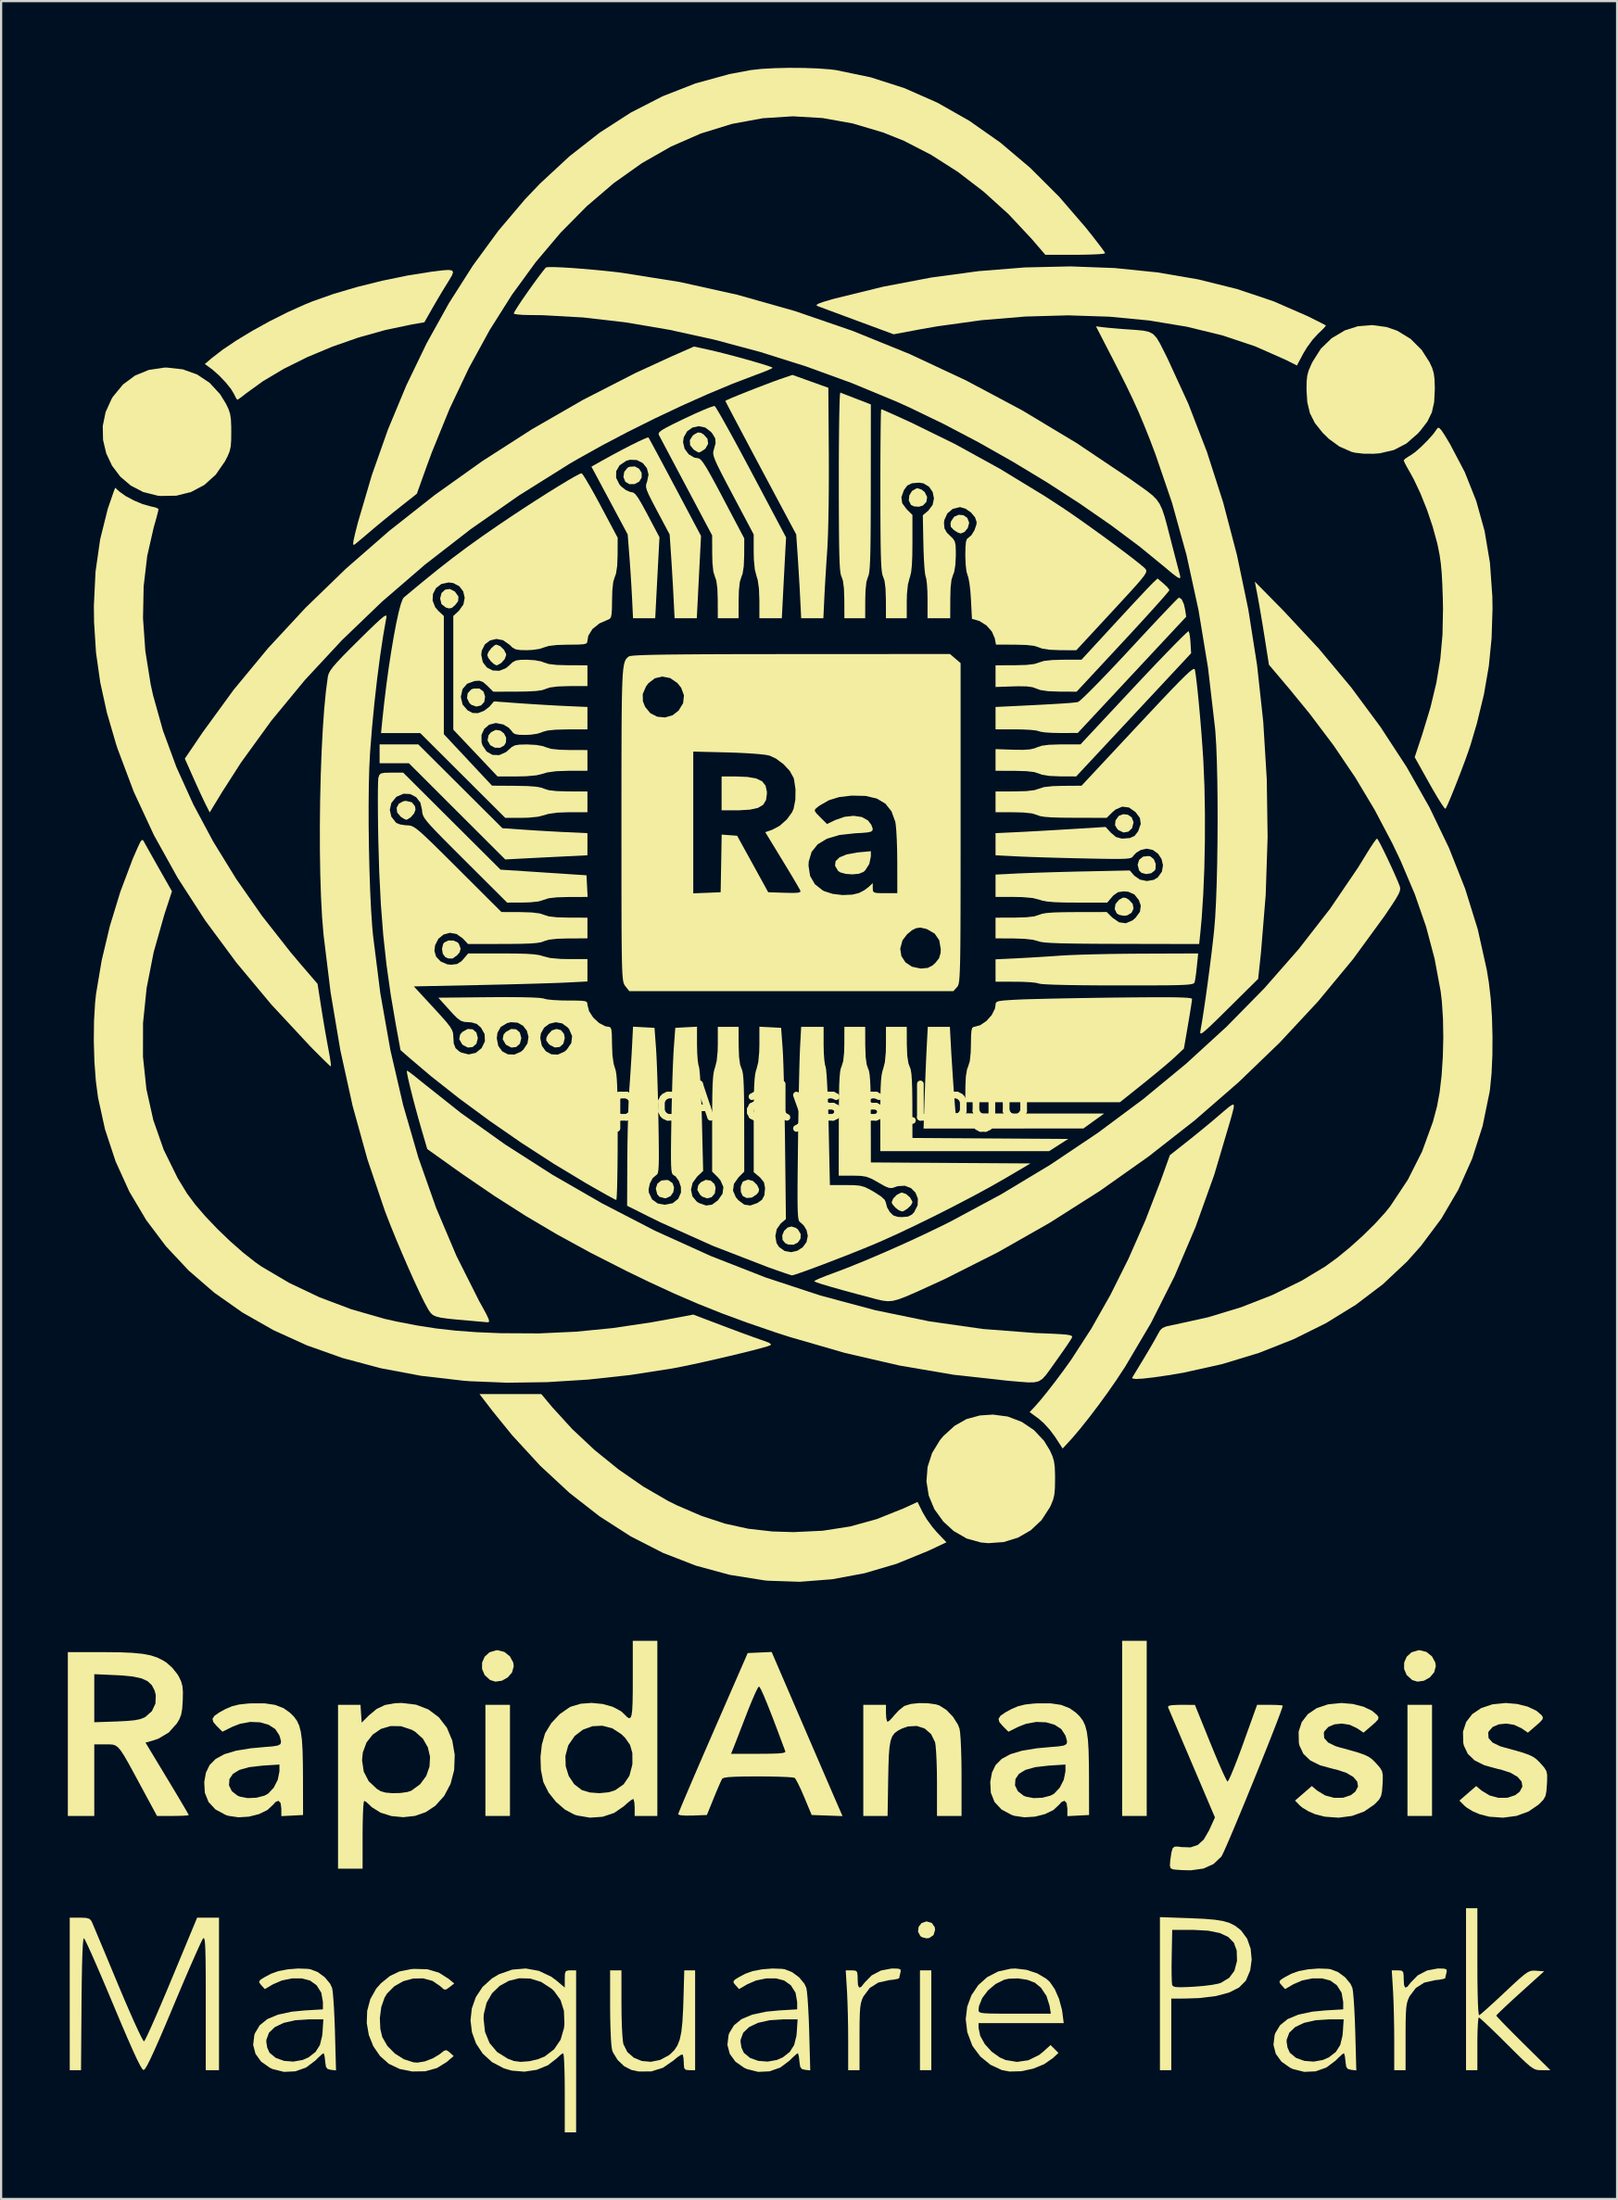
<source format=kicad_pcb>
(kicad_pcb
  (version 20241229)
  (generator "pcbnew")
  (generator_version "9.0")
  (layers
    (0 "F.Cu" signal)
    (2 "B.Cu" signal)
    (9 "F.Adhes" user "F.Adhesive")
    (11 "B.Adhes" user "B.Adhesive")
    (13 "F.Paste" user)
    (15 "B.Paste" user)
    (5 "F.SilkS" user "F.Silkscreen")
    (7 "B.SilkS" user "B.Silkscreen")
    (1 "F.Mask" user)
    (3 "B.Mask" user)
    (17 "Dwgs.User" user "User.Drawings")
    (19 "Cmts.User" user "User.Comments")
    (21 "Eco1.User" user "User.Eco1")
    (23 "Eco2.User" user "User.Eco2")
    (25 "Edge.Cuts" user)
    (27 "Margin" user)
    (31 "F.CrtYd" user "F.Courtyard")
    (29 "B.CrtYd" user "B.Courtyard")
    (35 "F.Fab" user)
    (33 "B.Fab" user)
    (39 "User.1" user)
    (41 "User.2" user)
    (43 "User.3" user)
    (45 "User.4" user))
  (footprint "RapidAnalysis_Logo"
    (layer "F.Cu")
    (at 32.366 46.505)
    (property "Reference" "RapidAnalysis_Logo" (at 0 0 0) (layer "F.SilkS") (effects (font (size 1.5 1.5) (thickness 0.3))))
    (attr board_only exclude_from_pos_files exclude_from_bom)
    (fp_poly (pts (xy -12.488 29.591) (xy -12.488 32.089) (xy -13.04 32.089) (xy -13.592 32.089) (xy -13.592 29.591) (xy -13.592 27.093) (xy -13.04 27.093) (xy -12.488 27.093)) (stroke (width 0) (type solid)) (fill yes) (layer "F.SilkS"))
    (fp_poly (pts (xy 6.456 41.275) (xy 6.456 43.519) (xy 6.201 43.519) (xy 5.946 43.519) (xy 5.946 41.275) (xy 5.946 39.031) (xy 6.201 39.031) (xy 6.456 39.031)) (stroke (width 0) (type solid)) (fill yes) (layer "F.SilkS"))
    (fp_poly (pts (xy 16.14 28.152) (xy 16.14 32.089) (xy 15.588 32.089) (xy 15.036 32.089) (xy 15.036 28.152) (xy 15.036 24.215) (xy 15.588 24.215) (xy 16.14 24.215)) (stroke (width 0) (type solid)) (fill yes) (layer "F.SilkS"))
    (fp_poly (pts (xy 28.968 29.591) (xy 28.968 32.089) (xy 28.416 32.089) (xy 27.864 32.089) (xy 27.864 29.591) (xy 27.864 27.093) (xy 28.416 27.093) (xy 28.968 27.093)) (stroke (width 0) (type solid)) (fill yes) (layer "F.SilkS"))
    (fp_poly (pts (xy -13.678 -18.462) (xy -13.606 -18.241) (xy -13.643 -17.997) (xy -13.788 -17.839) (xy -13.996 -17.788) (xy -14.218 -17.864) (xy -14.311 -17.946) (xy -14.419 -18.166) (xy -14.388 -18.388) (xy -14.234 -18.554) (xy -14.13 -18.596) (xy -13.859 -18.599)) (stroke (width 0) (type solid)) (fill yes) (layer "F.SilkS"))
    (fp_poly (pts (xy -12.923 -16.709) (xy -12.756 -16.581) (xy -12.659 -16.392) (xy -12.669 -16.176) (xy -12.747 -16.039) (xy -12.932 -15.934) (xy -13.167 -15.938) (xy -13.374 -16.05) (xy -13.496 -16.268) (xy -13.453 -16.495) (xy -13.335 -16.639) (xy -13.127 -16.74)) (stroke (width 0) (type solid)) (fill yes) (layer "F.SilkS"))
    (fp_poly (pts (xy -6.681 -28.48) (xy -6.569 -28.299) (xy -6.566 -28.084) (xy -6.675 -27.904) (xy -6.882 -27.791) (xy -7.117 -27.787) (xy -7.301 -27.893) (xy -7.388 -28.111) (xy -7.348 -28.345) (xy -7.199 -28.527) (xy -7.117 -28.568) (xy -6.873 -28.584)) (stroke (width 0) (type solid)) (fill yes) (layer "F.SilkS"))
    (fp_poly (pts (xy -3.465 3.523) (xy -3.298 3.673) (xy -3.243 3.838) (xy -3.277 4.098) (xy -3.418 4.267) (xy -3.621 4.323) (xy -3.843 4.246) (xy -3.937 4.163) (xy -4.064 3.942) (xy -4.024 3.734) (xy -3.905 3.596) (xy -3.686 3.491)) (stroke (width 0) (type solid)) (fill yes) (layer "F.SilkS"))
    (fp_poly (pts (xy -14.97 -22.963) (xy -14.956 -22.949) (xy -14.804 -22.733) (xy -14.818 -22.529) (xy -14.951 -22.352) (xy -15.103 -22.222) (xy -15.234 -22.201) (xy -15.376 -22.244) (xy -15.567 -22.395) (xy -15.628 -22.648) (xy -15.564 -22.896) (xy -15.401 -23.045) (xy -15.188 -23.075)) (stroke (width 0) (type solid)) (fill yes) (layer "F.SilkS"))
    (fp_poly (pts (xy -14.165 -3.279) (xy -13.999 -3.137) (xy -13.932 -2.886) (xy -13.932 -2.879) (xy -13.997 -2.629) (xy -14.162 -2.482) (xy -14.379 -2.457) (xy -14.601 -2.571) (xy -14.641 -2.61) (xy -14.769 -2.834) (xy -14.728 -3.043) (xy -14.626 -3.162) (xy -14.388 -3.293)) (stroke (width 0) (type solid)) (fill yes) (layer "F.SilkS"))
    (fp_poly (pts (xy -12.211 -3.279) (xy -12.045 -3.137) (xy -11.978 -2.886) (xy -11.978 -2.879) (xy -12.043 -2.629) (xy -12.208 -2.482) (xy -12.425 -2.457) (xy -12.647 -2.571) (xy -12.687 -2.61) (xy -12.815 -2.834) (xy -12.774 -3.043) (xy -12.672 -3.162) (xy -12.434 -3.293)) (stroke (width 0) (type solid)) (fill yes) (layer "F.SilkS"))
    (fp_poly (pts (xy -10.196 -3.24) (xy -10.06 -3.075) (xy -10.024 -2.885) (xy -10.088 -2.63) (xy -10.25 -2.483) (xy -10.467 -2.46) (xy -10.695 -2.575) (xy -10.751 -2.63) (xy -10.855 -2.771) (xy -10.85 -2.898) (xy -10.783 -3.033) (xy -10.604 -3.228) (xy -10.393 -3.294)) (stroke (width 0) (type solid)) (fill yes) (layer "F.SilkS"))
    (fp_poly (pts (xy -5.352 3.514) (xy -5.177 3.639) (xy -5.111 3.832) (xy -5.144 4.043) (xy -5.266 4.221) (xy -5.464 4.314) (xy -5.522 4.318) (xy -5.765 4.254) (xy -5.866 4.141) (xy -5.931 3.88) (xy -5.859 3.66) (xy -5.681 3.519) (xy -5.43 3.495)) (stroke (width 0) (type solid)) (fill yes) (layer "F.SilkS"))
    (fp_poly (pts (xy 0.357 5.645) (xy 0.461 5.721) (xy 0.586 5.933) (xy 0.574 6.14) (xy 0.456 6.309) (xy 0.262 6.407) (xy 0.024 6.399) (xy -0.106 6.343) (xy -0.233 6.189) (xy -0.245 5.984) (xy -0.161 5.781) (xy -0.002 5.632) (xy 0.17 5.588)) (stroke (width 0) (type solid)) (fill yes) (layer "F.SilkS"))
    (fp_poly (pts (xy 6.022 -27.542) (xy 6.161 -27.429) (xy 6.269 -27.209) (xy 6.235 -26.991) (xy 6.08 -26.827) (xy 5.902 -26.772) (xy 5.685 -26.787) (xy 5.543 -26.852) (xy 5.444 -27.053) (xy 5.467 -27.282) (xy 5.588 -27.482) (xy 5.782 -27.594) (xy 5.854 -27.601)) (stroke (width 0) (type solid)) (fill yes) (layer "F.SilkS"))
    (fp_poly (pts (xy 6.48 36.901) (xy 6.611 37.092) (xy 6.626 37.211) (xy 6.555 37.446) (xy 6.363 37.577) (xy 6.244 37.592) (xy 6.049 37.546) (xy 5.963 37.49) (xy 5.859 37.288) (xy 5.886 37.073) (xy 6.021 36.902) (xy 6.239 36.83) (xy 6.244 36.83)) (stroke (width 0) (type solid)) (fill yes) (layer "F.SilkS"))
    (fp_poly (pts (xy 16.31 -11.049) (xy 16.462 -10.924) (xy 16.546 -10.712) (xy 16.537 -10.49) (xy 16.505 -10.422) (xy 16.342 -10.294) (xy 16.118 -10.257) (xy 15.907 -10.312) (xy 15.799 -10.417) (xy 15.732 -10.679) (xy 15.802 -10.901) (xy 15.978 -11.043) (xy 16.228 -11.069)) (stroke (width 0) (type solid)) (fill yes) (layer "F.SilkS"))
    (fp_poly (pts (xy -16.9 -13.485) (xy -16.758 -13.306) (xy -16.735 -13.154) (xy -16.798 -12.985) (xy -16.943 -12.815) (xy -17.109 -12.709) (xy -17.16 -12.7) (xy -17.257 -12.743) (xy -17.396 -12.832) (xy -17.559 -13.024) (xy -17.583 -13.238) (xy -17.483 -13.424) (xy -17.276 -13.534) (xy -17.16 -13.547)) (stroke (width 0) (type solid)) (fill yes) (layer "F.SilkS"))
    (fp_poly (pts (xy -15.026 -7.269) (xy -14.835 -7.181) (xy -14.784 -7.118) (xy -14.705 -6.906) (xy -14.752 -6.737) (xy -14.866 -6.604) (xy -15.068 -6.46) (xy -15.267 -6.464) (xy -15.397 -6.526) (xy -15.509 -6.676) (xy -15.543 -6.897) (xy -15.494 -7.11) (xy -15.444 -7.18) (xy -15.256 -7.271)) (stroke (width 0) (type solid)) (fill yes) (layer "F.SilkS"))
    (fp_poly (pts (xy -1.563 3.54) (xy -1.378 3.719) (xy -1.365 3.741) (xy -1.286 3.914) (xy -1.31 4.036) (xy -1.396 4.143) (xy -1.612 4.287) (xy -1.848 4.307) (xy -2.022 4.216) (xy -2.108 4.032) (xy -2.112 3.795) (xy -2.035 3.596) (xy -2.001 3.56) (xy -1.79 3.481)) (stroke (width 0) (type solid)) (fill yes) (layer "F.SilkS"))
    (fp_poly (pts (xy 7.899 -26.392) (xy 8.071 -26.276) (xy 8.154 -26.068) (xy 8.155 -26.031) (xy 8.095 -25.814) (xy 7.949 -25.638) (xy 7.776 -25.569) (xy 7.634 -25.619) (xy 7.465 -25.73) (xy 7.33 -25.872) (xy 7.319 -26.025) (xy 7.351 -26.132) (xy 7.488 -26.327) (xy 7.687 -26.411)) (stroke (width 0) (type solid)) (fill yes) (layer "F.SilkS"))
    (fp_poly (pts (xy 15.206 -9.185) (xy 15.333 -9.109) (xy 15.51 -8.918) (xy 15.547 -8.705) (xy 15.459 -8.516) (xy 15.258 -8.399) (xy 15.121 -8.382) (xy 14.914 -8.419) (xy 14.798 -8.484) (xy 14.701 -8.685) (xy 14.737 -8.912) (xy 14.898 -9.102) (xy 14.909 -9.109) (xy 15.075 -9.199)) (stroke (width 0) (type solid)) (fill yes) (layer "F.SilkS"))
    (fp_poly (pts (xy 15.293 -12.926) (xy 15.465 -12.807) (xy 15.545 -12.598) (xy 15.546 -12.569) (xy 15.48 -12.316) (xy 15.315 -12.163) (xy 15.098 -12.127) (xy 14.875 -12.228) (xy 14.821 -12.279) (xy 14.716 -12.453) (xy 14.736 -12.653) (xy 14.746 -12.681) (xy 14.882 -12.871) (xy 15.082 -12.95)) (stroke (width 0) (type solid)) (fill yes) (layer "F.SilkS"))
    (fp_poly (pts (xy -3.908 -30.097) (xy -3.78 -30.022) (xy -3.607 -29.829) (xy -3.579 -29.602) (xy -3.696 -29.392) (xy -3.757 -29.342) (xy -3.912 -29.244) (xy -3.993 -29.21) (xy -4.09 -29.253) (xy -4.229 -29.342) (xy -4.388 -29.538) (xy -4.401 -29.765) (xy -4.269 -29.973) (xy -4.205 -30.022) (xy -4.039 -30.112)) (stroke (width 0) (type solid)) (fill yes) (layer "F.SilkS"))
    (fp_poly (pts (xy -12.925 -20.505) (xy -12.758 -20.343) (xy -12.663 -20.154) (xy -12.658 -20.108) (xy -12.723 -19.924) (xy -12.878 -19.748) (xy -13.058 -19.648) (xy -13.101 -19.643) (xy -13.204 -19.697) (xy -13.337 -19.812) (xy -13.463 -19.98) (xy -13.507 -20.108) (xy -13.451 -20.251) (xy -13.322 -20.419) (xy -13.177 -20.545) (xy -13.101 -20.574)) (stroke (width 0) (type solid)) (fill yes) (layer "F.SilkS"))
    (fp_poly (pts (xy -12.738 24.715) (xy -12.49 24.914) (xy -12.341 25.191) (xy -12.318 25.354) (xy -12.392 25.633) (xy -12.585 25.86) (xy -12.85 26.009) (xy -13.14 26.051) (xy -13.38 25.979) (xy -13.626 25.754) (xy -13.743 25.478) (xy -13.74 25.19) (xy -13.625 24.929) (xy -13.411 24.733) (xy -13.105 24.641) (xy -13.039 24.638)) (stroke (width 0) (type solid)) (fill yes) (layer "F.SilkS"))
    (fp_poly (pts (xy -2.357 -14.647) (xy -1.813 -14.625) (xy -1.416 -14.555) (xy -1.15 -14.428) (xy -0.996 -14.233) (xy -0.937 -13.961) (xy -0.934 -13.885) (xy -0.973 -13.59) (xy -1.1 -13.376) (xy -1.334 -13.234) (xy -1.694 -13.154) (xy -2.197 -13.124) (xy -2.306 -13.123) (xy -2.973 -13.123) (xy -2.973 -13.885) (xy -2.973 -14.647)) (stroke (width 0) (type solid)) (fill yes) (layer "F.SilkS"))
    (fp_poly (pts (xy 3.738 -11.056) (xy 3.668 -10.713) (xy 3.482 -10.422) (xy 3.405 -10.353) (xy 3.201 -10.272) (xy 2.914 -10.244) (xy 2.613 -10.265) (xy 2.365 -10.332) (xy 2.264 -10.4) (xy 2.127 -10.631) (xy 2.151 -10.837) (xy 2.328 -11.009) (xy 2.65 -11.141) (xy 3.111 -11.226) (xy 3.188 -11.234) (xy 3.738 -11.285)) (stroke (width 0) (type solid)) (fill yes) (layer "F.SilkS"))
    (fp_poly (pts (xy 5.325 4.129) (xy 5.501 4.283) (xy 5.601 4.463) (xy 5.607 4.506) (xy 5.542 4.63) (xy 5.394 4.776) (xy 5.227 4.886) (xy 5.139 4.911) (xy 4.989 4.855) (xy 4.842 4.741) (xy 4.718 4.597) (xy 4.672 4.506) (xy 4.741 4.331) (xy 4.904 4.164) (xy 5.094 4.069) (xy 5.139 4.064)) (stroke (width 0) (type solid)) (fill yes) (layer "F.SilkS"))
    (fp_poly (pts (xy 28.718 24.715) (xy 28.966 24.914) (xy 29.115 25.191) (xy 29.138 25.354) (xy 29.063 25.633) (xy 28.87 25.86) (xy 28.606 26.009) (xy 28.316 26.051) (xy 28.076 25.979) (xy 27.829 25.754) (xy 27.712 25.478) (xy 27.716 25.19) (xy 27.83 24.929) (xy 28.045 24.733) (xy 28.35 24.641) (xy 28.417 24.638)) (stroke (width 0) (type solid)) (fill yes) (layer "F.SilkS"))
    (fp_poly (pts (xy -14.718 -14.203) (xy -12.827 -12.319) (xy -11.871 -12.253) (xy -11.345 -12.218) (xy -10.748 -12.183) (xy -10.178 -12.152) (xy -9.96 -12.142) (xy -9.005 -12.097) (xy -9.005 -11.599) (xy -9.005 -11.102) (xy -9.96 -11.055) (xy -10.475 -11.029) (xy -11.05 -11.001) (xy -11.591 -10.973) (xy -11.808 -10.962) (xy -12.7 -10.915) (xy -14.866 -13.077) (xy -17.031 -15.24) (xy -17.69 -15.24) (xy -18.349 -15.24) (xy -18.349 -15.663) (xy -18.349 -16.087) (xy -17.479 -16.087) (xy -16.609 -16.087)) (stroke (width 0) (type solid)) (fill yes) (layer "F.SilkS"))
    (fp_poly (pts (xy 5.355 -2.603) (xy 5.374 -2.096) (xy 5.427 -1.749) (xy 5.479 -1.609) (xy 5.527 -1.481) (xy 5.561 -1.275) (xy 5.584 -0.966) (xy 5.598 -0.535) (xy 5.604 0.042) (xy 5.604 0.105) (xy 5.607 1.607) (xy 9.109 1.629) (xy 12.611 1.651) (xy 12.181 1.926) (xy 11.751 2.201) (xy 7.957 2.201) (xy 4.163 2.201) (xy 4.163 0.505) (xy 4.166 -0.126) (xy 4.176 -0.61) (xy 4.194 -0.972) (xy 4.223 -1.234) (xy 4.263 -1.418) (xy 4.29 -1.495) (xy 4.368 -1.8) (xy 4.41 -2.25) (xy 4.417 -2.593) (xy 4.417 -3.387) (xy 4.885 -3.387) (xy 5.352 -3.387)) (stroke (width 0) (type solid)) (fill yes) (layer "F.SilkS"))
    (fp_poly (pts (xy 7.34 -2.477) (xy 7.361 -2.102) (xy 7.389 -1.667) (xy 7.419 -1.202) (xy 7.451 -0.738) (xy 7.482 -0.308) (xy 7.51 0.058) (xy 7.533 0.329) (xy 7.547 0.473) (xy 7.55 0.487) (xy 7.635 0.491) (xy 7.87 0.496) (xy 8.24 0.5) (xy 8.724 0.503) (xy 9.306 0.505) (xy 9.966 0.507) (xy 10.687 0.508) (xy 10.894 0.508) (xy 14.227 0.508) (xy 13.761 0.844) (xy 13.295 1.18) (xy 9.701 1.183) (xy 6.108 1.185) (xy 6.153 -0.148) (xy 6.173 -0.707) (xy 6.196 -1.302) (xy 6.22 -1.869) (xy 6.243 -2.344) (xy 6.247 -2.434) (xy 6.297 -3.387) (xy 6.794 -3.387) (xy 7.291 -3.387)) (stroke (width 0) (type solid)) (fill yes) (layer "F.SilkS"))
    (fp_poly (pts (xy 9.891 14.131) (xy 10.514 14.368) (xy 11.069 14.739) (xy 11.525 15.225) (xy 11.783 15.646) (xy 11.898 15.901) (xy 11.969 16.13) (xy 12.006 16.389) (xy 12.019 16.735) (xy 12.02 16.933) (xy 12.014 17.337) (xy 11.989 17.629) (xy 11.935 17.864) (xy 11.84 18.1) (xy 11.785 18.215) (xy 11.414 18.786) (xy 10.929 19.244) (xy 10.353 19.577) (xy 9.71 19.775) (xy 9.021 19.825) (xy 8.684 19.794) (xy 8.045 19.616) (xy 7.46 19.278) (xy 7.001 18.859) (xy 6.595 18.299) (xy 6.34 17.686) (xy 6.238 17.046) (xy 6.288 16.401) (xy 6.489 15.776) (xy 6.842 15.195) (xy 7.001 15.007) (xy 7.501 14.55) (xy 8.037 14.246) (xy 8.639 14.083) (xy 9.226 14.044)) (stroke (width 0) (type solid)) (fill yes) (layer "F.SilkS"))
    (fp_poly (pts (xy 18.061 -21.069) (xy 18.094 -20.848) (xy 18.11 -20.655) (xy 18.137 -20.185) (xy 15.553 -17.416) (xy 12.969 -14.647) (xy 12.24 -14.65) (xy 11.768 -14.67) (xy 11.434 -14.723) (xy 11.298 -14.774) (xy 11.084 -14.843) (xy 10.725 -14.884) (xy 10.215 -14.898) (xy 9.344 -14.901) (xy 9.344 -15.388) (xy 9.344 -15.875) (xy 10.145 -15.848) (xy 10.586 -15.843) (xy 10.897 -15.864) (xy 11.117 -15.917) (xy 11.202 -15.954) (xy 11.418 -16.027) (xy 11.741 -16.07) (xy 12.199 -16.086) (xy 12.311 -16.087) (xy 13.162 -16.087) (xy 15.564 -18.658) (xy 16.08 -19.207) (xy 16.561 -19.714) (xy 16.995 -20.166) (xy 17.368 -20.55) (xy 17.669 -20.853) (xy 17.886 -21.063) (xy 18.005 -21.168) (xy 18.025 -21.177)) (stroke (width 0) (type solid)) (fill yes) (layer "F.SilkS"))
    (fp_poly (pts (xy -27.198 -32.95) (xy -26.554 -32.719) (xy -25.99 -32.342) (xy -25.519 -31.83) (xy -25.261 -31.411) (xy -25.144 -31.169) (xy -25.072 -30.952) (xy -25.034 -30.707) (xy -25.02 -30.379) (xy -25.018 -30.141) (xy -25.022 -29.753) (xy -25.043 -29.478) (xy -25.093 -29.259) (xy -25.183 -29.041) (xy -25.309 -28.801) (xy -25.72 -28.21) (xy -26.229 -27.752) (xy -26.822 -27.436) (xy -27.485 -27.269) (xy -28.205 -27.257) (xy -28.331 -27.271) (xy -28.973 -27.431) (xy -29.536 -27.723) (xy -30.008 -28.126) (xy -30.379 -28.617) (xy -30.641 -29.175) (xy -30.783 -29.777) (xy -30.796 -30.403) (xy -30.668 -31.029) (xy -30.392 -31.634) (xy -30.336 -31.723) (xy -29.888 -32.267) (xy -29.348 -32.668) (xy -28.727 -32.923) (xy -28.032 -33.027) (xy -27.908 -33.029)) (stroke (width 0) (type solid)) (fill yes) (layer "F.SilkS"))
    (fp_poly (pts (xy 16.894 -23.322) (xy 17.061 -23.165) (xy 17.153 -23.044) (xy 17.16 -23.022) (xy 17.104 -22.944) (xy 16.945 -22.757) (xy 16.696 -22.475) (xy 16.37 -22.112) (xy 15.98 -21.683) (xy 15.539 -21.202) (xy 15.075 -20.701) (xy 12.989 -18.457) (xy 12.207 -18.461) (xy 11.707 -18.479) (xy 11.358 -18.531) (xy 11.186 -18.593) (xy 11.004 -18.66) (xy 10.742 -18.695) (xy 10.366 -18.701) (xy 10.146 -18.696) (xy 9.344 -18.669) (xy 9.344 -19.156) (xy 9.344 -19.643) (xy 10.215 -19.646) (xy 10.729 -19.66) (xy 11.087 -19.702) (xy 11.298 -19.77) (xy 11.521 -19.84) (xy 11.896 -19.881) (xy 12.36 -19.894) (xy 13.21 -19.897) (xy 14.711 -21.527) (xy 15.126 -21.976) (xy 15.513 -22.394) (xy 15.855 -22.759) (xy 16.133 -23.055) (xy 16.33 -23.261) (xy 16.42 -23.351) (xy 16.627 -23.546)) (stroke (width 0) (type solid)) (fill yes) (layer "F.SilkS"))
    (fp_poly (pts (xy 26.921 -34.853) (xy 27.406 -34.685) (xy 28.005 -34.319) (xy 28.504 -33.82) (xy 28.854 -33.274) (xy 28.973 -33.018) (xy 29.044 -32.785) (xy 29.08 -32.516) (xy 29.092 -32.151) (xy 29.093 -32.046) (xy 29.064 -31.476) (xy 28.96 -31.012) (xy 28.759 -30.6) (xy 28.44 -30.186) (xy 28.326 -30.06) (xy 27.815 -29.614) (xy 27.255 -29.323) (xy 26.619 -29.175) (xy 26.346 -29.154) (xy 25.896 -29.157) (xy 25.508 -29.201) (xy 25.343 -29.242) (xy 24.802 -29.48) (xy 24.32 -29.832) (xy 24.047 -30.102) (xy 23.701 -30.536) (xy 23.479 -30.976) (xy 23.36 -31.474) (xy 23.326 -32.006) (xy 23.329 -32.384) (xy 23.357 -32.662) (xy 23.424 -32.905) (xy 23.544 -33.182) (xy 23.596 -33.288) (xy 23.97 -33.879) (xy 24.455 -34.348) (xy 25.05 -34.702) (xy 25.639 -34.889) (xy 26.279 -34.939)) (stroke (width 0) (type solid)) (fill yes) (layer "F.SilkS"))
    (fp_poly (pts (xy 17.711 -22.611) (xy 17.811 -22.396) (xy 17.866 -22.154) (xy 17.916 -21.828) (xy 15.478 -19.215) (xy 13.04 -16.601) (xy 12.233 -16.599) (xy 11.867 -16.607) (xy 11.559 -16.628) (xy 11.351 -16.66) (xy 11.298 -16.679) (xy 11.164 -16.713) (xy 10.902 -16.741) (xy 10.552 -16.758) (xy 10.258 -16.763) (xy 9.344 -16.764) (xy 9.344 -17.267) (xy 9.344 -17.77) (xy 10.3 -17.816) (xy 11.131 -17.857) (xy 11.802 -17.893) (xy 12.322 -17.924) (xy 12.7 -17.951) (xy 12.946 -17.976) (xy 13.049 -17.992) (xy 13.145 -18.061) (xy 13.342 -18.242) (xy 13.625 -18.52) (xy 13.981 -18.881) (xy 14.396 -19.312) (xy 14.855 -19.797) (xy 15.346 -20.323) (xy 15.381 -20.361) (xy 15.868 -20.886) (xy 16.319 -21.37) (xy 16.722 -21.799) (xy 17.064 -22.159) (xy 17.331 -22.437) (xy 17.51 -22.619) (xy 17.589 -22.69) (xy 17.591 -22.691)) (stroke (width 0) (type solid)) (fill yes) (layer "F.SilkS"))
    (fp_poly (pts (xy -10.581 13.717) (xy -9.685 14.699) (xy -8.682 15.639) (xy -7.607 16.508) (xy -6.495 17.279) (xy -5.382 17.924) (xy -4.984 18.122) (xy -3.88 18.597) (xy -2.827 18.945) (xy -1.778 19.175) (xy -0.687 19.299) (xy 0.255 19.328) (xy 1.57 19.266) (xy 2.806 19.074) (xy 4.003 18.743) (xy 5.2 18.265) (xy 5.228 18.252) (xy 5.837 17.972) (xy 6.065 18.435) (xy 6.25 18.748) (xy 6.5 19.092) (xy 6.714 19.342) (xy 7.136 19.786) (xy 6.308 20.175) (xy 4.896 20.752) (xy 3.452 21.177) (xy 1.995 21.448) (xy 0.542 21.561) (xy -0.891 21.513) (xy -1.052 21.497) (xy -2.608 21.249) (xy -4.129 20.836) (xy -5.612 20.26) (xy -7.056 19.521) (xy -8.457 18.621) (xy -9.815 17.562) (xy -11.128 16.344) (xy -12.392 14.97) (xy -13.261 13.898) (xy -13.857 13.123) (xy -12.467 13.123) (xy -11.078 13.123)) (stroke (width 0) (type solid)) (fill yes) (layer "F.SilkS"))
    (fp_poly (pts (xy 18.396 -6.117) (xy 18.361 -5.803) (xy 18.324 -5.541) (xy 18.296 -5.397) (xy 18.276 -5.36) (xy 18.229 -5.33) (xy 18.139 -5.306) (xy 17.991 -5.287) (xy 17.77 -5.273) (xy 17.459 -5.263) (xy 17.044 -5.256) (xy 16.509 -5.253) (xy 15.837 -5.251) (xy 15.015 -5.251) (xy 14.839 -5.251) (xy 13.982 -5.253) (xy 13.221 -5.259) (xy 12.569 -5.269) (xy 12.037 -5.282) (xy 11.639 -5.298) (xy 11.388 -5.316) (xy 11.298 -5.334) (xy 11.164 -5.368) (xy 10.902 -5.395) (xy 10.552 -5.413) (xy 10.258 -5.417) (xy 9.344 -5.419) (xy 9.344 -5.921) (xy 9.344 -6.424) (xy 10.258 -6.468) (xy 10.727 -6.493) (xy 11.288 -6.526) (xy 11.862 -6.563) (xy 12.275 -6.592) (xy 12.656 -6.613) (xy 13.173 -6.633) (xy 13.789 -6.65) (xy 14.471 -6.665) (xy 15.184 -6.675) (xy 15.893 -6.68) (xy 15.917 -6.68) (xy 18.454 -6.689)) (stroke (width 0) (type solid)) (fill yes) (layer "F.SilkS"))
    (fp_poly (pts (xy 1.019 -32.41) (xy 1.826 -32.121) (xy 1.848 -29.121) (xy 1.85 -28.355) (xy 1.847 -27.583) (xy 1.84 -26.837) (xy 1.827 -26.147) (xy 1.811 -25.546) (xy 1.791 -25.064) (xy 1.779 -24.85) (xy 1.741 -24.304) (xy 1.705 -23.723) (xy 1.672 -23.173) (xy 1.648 -22.719) (xy 1.646 -22.669) (xy 1.603 -21.759) (xy 1.104 -21.759) (xy 0.605 -21.759) (xy 0.56 -22.669) (xy 0.534 -23.166) (xy 0.5 -23.741) (xy 0.465 -24.301) (xy 0.449 -24.553) (xy 0.382 -25.527) (xy -1.211 -28.511) (xy -1.559 -29.164) (xy -1.88 -29.77) (xy -2.167 -30.312) (xy -2.411 -30.774) (xy -2.604 -31.14) (xy -2.736 -31.394) (xy -2.799 -31.521) (xy -2.803 -31.532) (xy -2.729 -31.573) (xy -2.526 -31.662) (xy -2.226 -31.786) (xy -1.859 -31.934) (xy -1.456 -32.092) (xy -1.047 -32.249) (xy -0.664 -32.394) (xy -0.337 -32.512) (xy -0.212 -32.555) (xy 0.212 -32.699)) (stroke (width 0) (type solid)) (fill yes) (layer "F.SilkS"))
    (fp_poly (pts (xy 4.959 38.953) (xy 5.066 38.988) (xy 5.081 39.071) (xy 5.066 39.137) (xy 5.025 39.308) (xy 5.013 39.381) (xy 4.936 39.416) (xy 4.738 39.452) (xy 4.558 39.471) (xy 4.071 39.581) (xy 3.689 39.823) (xy 3.406 40.202) (xy 3.396 40.22) (xy 3.334 40.358) (xy 3.29 40.513) (xy 3.259 40.714) (xy 3.241 40.99) (xy 3.231 41.37) (xy 3.228 41.883) (xy 3.228 42.034) (xy 3.228 43.519) (xy 2.973 43.519) (xy 2.718 43.519) (xy 2.718 42.177) (xy 2.715 41.624) (xy 2.704 41.041) (xy 2.688 40.49) (xy 2.669 40.032) (xy 2.663 39.934) (xy 2.608 39.031) (xy 2.875 39.031) (xy 3.042 39.042) (xy 3.12 39.105) (xy 3.142 39.268) (xy 3.143 39.398) (xy 3.158 39.683) (xy 3.209 39.806) (xy 3.305 39.772) (xy 3.454 39.586) (xy 3.457 39.581) (xy 3.776 39.256) (xy 4.196 39.037) (xy 4.67 38.948) (xy 4.721 38.947)) (stroke (width 0) (type solid)) (fill yes) (layer "F.SilkS"))
    (fp_poly (pts (xy 20.058 0.121) (xy 20.052 0.246) (xy 19.993 0.484) (xy 19.913 0.776) (xy 19.179 3.255) (xy 18.337 5.607) (xy 17.389 7.83) (xy 16.335 9.923) (xy 15.175 11.885) (xy 14.779 12.488) (xy 14.4 13.034) (xy 13.986 13.603) (xy 13.565 14.158) (xy 13.165 14.661) (xy 12.816 15.075) (xy 12.69 15.214) (xy 12.36 15.57) (xy 12.02 15.045) (xy 11.784 14.728) (xy 11.507 14.425) (xy 11.279 14.226) (xy 10.878 13.931) (xy 11.118 13.675) (xy 11.37 13.387) (xy 11.688 12.995) (xy 12.043 12.537) (xy 12.406 12.05) (xy 12.749 11.571) (xy 12.758 11.557) (xy 13.646 10.185) (xy 14.504 8.671) (xy 15.319 7.04) (xy 16.078 5.317) (xy 16.77 3.528) (xy 16.78 3.498) (xy 17.182 2.381) (xy 17.913 1.804) (xy 18.298 1.497) (xy 18.714 1.158) (xy 19.093 0.844) (xy 19.24 0.719) (xy 19.604 0.407) (xy 19.85 0.203) (xy 19.997 0.107)) (stroke (width 0) (type solid)) (fill yes) (layer "F.SilkS"))
    (fp_poly (pts (xy 29.51 38.953) (xy 29.617 38.988) (xy 29.631 39.071) (xy 29.616 39.137) (xy 29.575 39.308) (xy 29.564 39.381) (xy 29.486 39.416) (xy 29.289 39.452) (xy 29.109 39.471) (xy 28.622 39.581) (xy 28.24 39.823) (xy 27.956 40.202) (xy 27.947 40.22) (xy 27.885 40.358) (xy 27.84 40.513) (xy 27.81 40.714) (xy 27.791 40.99) (xy 27.782 41.37) (xy 27.779 41.883) (xy 27.779 42.034) (xy 27.779 43.519) (xy 27.524 43.519) (xy 27.269 43.519) (xy 27.269 42.177) (xy 27.265 41.624) (xy 27.254 41.041) (xy 27.239 40.49) (xy 27.219 40.032) (xy 27.214 39.934) (xy 27.158 39.031) (xy 27.426 39.031) (xy 27.593 39.042) (xy 27.67 39.105) (xy 27.692 39.268) (xy 27.694 39.398) (xy 27.709 39.683) (xy 27.76 39.806) (xy 27.856 39.772) (xy 28.004 39.586) (xy 28.008 39.581) (xy 28.326 39.256) (xy 28.746 39.037) (xy 29.22 38.948) (xy 29.272 38.947)) (stroke (width 0) (type solid)) (fill yes) (layer "F.SilkS"))
    (fp_poly (pts (xy -15.094 -37.397) (xy -15.045 -37.317) (xy -15.096 -37.171) (xy -15.229 -36.946) (xy -15.275 -36.872) (xy -15.478 -36.544) (xy -15.716 -36.146) (xy -15.942 -35.759) (xy -15.967 -35.715) (xy -16.337 -35.065) (xy -16.897 -34.969) (xy -18.087 -34.719) (xy -19.289 -34.383) (xy -20.47 -33.971) (xy -21.602 -33.498) (xy -22.654 -32.975) (xy -23.596 -32.415) (xy -24.352 -31.867) (xy -24.556 -31.708) (xy -24.702 -31.604) (xy -24.746 -31.581) (xy -24.801 -31.65) (xy -24.883 -31.818) (xy -24.89 -31.833) (xy -25.03 -32.067) (xy -25.264 -32.357) (xy -25.55 -32.658) (xy -25.846 -32.923) (xy -25.952 -33.004) (xy -26.207 -33.188) (xy -25.91 -33.443) (xy -25.404 -33.834) (xy -24.773 -34.258) (xy -24.052 -34.693) (xy -23.278 -35.12) (xy -22.485 -35.518) (xy -21.711 -35.866) (xy -21.365 -36.007) (xy -20.419 -36.341) (xy -19.357 -36.654) (xy -18.23 -36.934) (xy -17.094 -37.168) (xy -16.01 -37.34) (xy -15.559 -37.397) (xy -15.26 -37.419)) (stroke (width 0) (type solid)) (fill yes) (layer "F.SilkS"))
    (fp_poly (pts (xy 2.364 -31.905) (xy 2.471 -31.863) (xy 2.695 -31.776) (xy 2.991 -31.661) (xy 3.086 -31.625) (xy 3.738 -31.372) (xy 3.735 -27.603) (xy 3.733 -26.676) (xy 3.73 -25.904) (xy 3.724 -25.273) (xy 3.716 -24.768) (xy 3.704 -24.375) (xy 3.689 -24.08) (xy 3.67 -23.868) (xy 3.647 -23.725) (xy 3.618 -23.637) (xy 3.61 -23.622) (xy 3.538 -23.392) (xy 3.497 -23.005) (xy 3.486 -22.585) (xy 3.483 -21.759) (xy 3.016 -21.759) (xy 2.548 -21.759) (xy 2.545 -22.585) (xy 2.528 -23.1) (xy 2.481 -23.453) (xy 2.421 -23.622) (xy 2.392 -23.697) (xy 2.368 -23.822) (xy 2.348 -24.011) (xy 2.332 -24.278) (xy 2.32 -24.636) (xy 2.311 -25.099) (xy 2.304 -25.682) (xy 2.3 -26.398) (xy 2.297 -27.26) (xy 2.297 -27.884) (xy 2.297 -28.692) (xy 2.301 -29.446) (xy 2.307 -30.129) (xy 2.315 -30.724) (xy 2.325 -31.215) (xy 2.336 -31.587) (xy 2.349 -31.822) (xy 2.363 -31.905)) (stroke (width 0) (type solid)) (fill yes) (layer "F.SilkS"))
    (fp_poly (pts (xy 14.698 -37.504) (xy 16.615 -37.309) (xy 18.452 -36.995) (xy 20.199 -36.561) (xy 21.847 -36.008) (xy 23.383 -35.337) (xy 23.404 -35.327) (xy 23.728 -35.165) (xy 23.99 -35.033) (xy 24.155 -34.946) (xy 24.196 -34.923) (xy 24.154 -34.858) (xy 24.016 -34.713) (xy 23.845 -34.55) (xy 23.601 -34.284) (xy 23.351 -33.944) (xy 23.18 -33.663) (xy 22.894 -33.123) (xy 22.385 -33.379) (xy 21.02 -33.982) (xy 19.533 -34.479) (xy 17.937 -34.867) (xy 16.244 -35.147) (xy 14.463 -35.317) (xy 12.609 -35.377) (xy 10.691 -35.324) (xy 8.721 -35.16) (xy 6.712 -34.882) (xy 5.928 -34.744) (xy 4.763 -34.526) (xy 3.125 -35.132) (xy 2.62 -35.319) (xy 2.162 -35.489) (xy 1.777 -35.632) (xy 1.493 -35.738) (xy 1.335 -35.798) (xy 1.321 -35.804) (xy 1.291 -35.845) (xy 1.384 -35.904) (xy 1.611 -35.986) (xy 1.988 -36.097) (xy 2.128 -36.135) (xy 4.297 -36.667) (xy 6.451 -37.077) (xy 8.579 -37.365) (xy 10.669 -37.532) (xy 12.713 -37.578)) (stroke (width 0) (type solid)) (fill yes) (layer "F.SilkS"))
    (fp_poly (pts (xy -3.587 -33.838) (xy -3.236 -33.757) (xy -2.822 -33.654) (xy -2.376 -33.537) (xy -1.927 -33.414) (xy -1.506 -33.294) (xy -1.142 -33.186) (xy -0.866 -33.098) (xy -0.706 -33.038) (xy -0.68 -33.019) (xy -0.754 -32.972) (xy -0.955 -32.884) (xy -1.247 -32.769) (xy -1.465 -32.689) (xy -2.48 -32.302) (xy -3.597 -31.835) (xy -4.78 -31.307) (xy -5.991 -30.734) (xy -7.195 -30.134) (xy -8.354 -29.525) (xy -9.431 -28.924) (xy -9.812 -28.702) (xy -12.087 -27.276) (xy -14.256 -25.762) (xy -16.309 -24.17) (xy -18.24 -22.505) (xy -20.04 -20.775) (xy -21.702 -18.988) (xy -23.218 -17.151) (xy -24.58 -15.271) (xy -25.431 -13.944) (xy -25.987 -13.03) (xy -26.155 -13.359) (xy -26.259 -13.573) (xy -26.41 -13.894) (xy -26.583 -14.274) (xy -26.715 -14.567) (xy -27.106 -15.448) (xy -26.3 -16.635) (xy -24.911 -18.543) (xy -23.366 -20.411) (xy -21.679 -22.23) (xy -19.86 -23.991) (xy -17.921 -25.683) (xy -15.874 -27.297) (xy -13.731 -28.824) (xy -11.505 -30.253) (xy -9.206 -31.577) (xy -6.847 -32.785) (xy -5.229 -33.528) (xy -4.214 -33.974)) (stroke (width 0) (type solid)) (fill yes) (layer "F.SilkS"))
    (fp_poly (pts (xy -16.199 38.982) (xy -15.685 39.133) (xy -15.248 39.411) (xy -14.994 39.621) (xy -15.203 39.785) (xy -15.352 39.89) (xy -15.454 39.889) (xy -15.585 39.777) (xy -15.614 39.748) (xy -15.969 39.506) (xy -16.39 39.391) (xy -16.841 39.398) (xy -17.285 39.519) (xy -17.687 39.746) (xy -18.012 40.072) (xy -18.126 40.257) (xy -18.273 40.678) (xy -18.338 41.174) (xy -18.316 41.669) (xy -18.227 42.035) (xy -17.999 42.431) (xy -17.66 42.773) (xy -17.255 43.028) (xy -16.827 43.165) (xy -16.65 43.179) (xy -16.327 43.127) (xy -15.967 42.992) (xy -15.659 42.809) (xy -15.63 42.786) (xy -15.458 42.65) (xy -15.352 42.617) (xy -15.249 42.677) (xy -15.194 42.725) (xy -15.019 42.883) (xy -15.329 43.149) (xy -15.774 43.425) (xy -16.304 43.569) (xy -16.889 43.578) (xy -17.445 43.465) (xy -17.932 43.234) (xy -18.33 42.883) (xy -18.633 42.441) (xy -18.834 41.936) (xy -18.927 41.396) (xy -18.907 40.85) (xy -18.767 40.325) (xy -18.5 39.85) (xy -18.286 39.609) (xy -17.881 39.282) (xy -17.46 39.081) (xy -16.96 38.979) (xy -16.799 38.965)) (stroke (width 0) (type solid)) (fill yes) (layer "F.SilkS"))
    (fp_poly (pts (xy -7.475 40.534) (xy -7.47 41.046) (xy -7.457 41.52) (xy -7.436 41.922) (xy -7.41 42.216) (xy -7.388 42.349) (xy -7.21 42.702) (xy -6.923 42.957) (xy -6.56 43.106) (xy -6.154 43.142) (xy -5.738 43.059) (xy -5.346 42.849) (xy -5.28 42.797) (xy -5.098 42.618) (xy -4.959 42.409) (xy -4.856 42.144) (xy -4.783 41.799) (xy -4.734 41.346) (xy -4.702 40.762) (xy -4.691 40.45) (xy -4.651 39.031) (xy -4.407 39.031) (xy -4.163 39.031) (xy -4.163 41.275) (xy -4.163 43.519) (xy -4.417 43.519) (xy -4.583 43.504) (xy -4.655 43.428) (xy -4.672 43.242) (xy -4.672 43.194) (xy -4.686 42.971) (xy -4.718 42.828) (xy -4.728 42.814) (xy -4.814 42.837) (xy -4.981 42.952) (xy -5.144 43.09) (xy -5.61 43.411) (xy -6.134 43.575) (xy -6.697 43.579) (xy -7.024 43.51) (xy -7.353 43.341) (xy -7.648 43.059) (xy -7.856 42.721) (xy -7.897 42.605) (xy -7.925 42.422) (xy -7.949 42.102) (xy -7.968 41.679) (xy -7.98 41.186) (xy -7.985 40.661) (xy -7.985 39.031) (xy -7.73 39.031) (xy -7.476 39.031)) (stroke (width 0) (type solid)) (fill yes) (layer "F.SilkS"))
    (fp_poly (pts (xy 6.306 27.022) (xy 6.663 27.073) (xy 6.821 27.123) (xy 7.136 27.324) (xy 7.431 27.631) (xy 7.654 27.983) (xy 7.725 28.171) (xy 7.752 28.351) (xy 7.776 28.671) (xy 7.795 29.1) (xy 7.809 29.606) (xy 7.815 30.16) (xy 7.815 30.29) (xy 7.815 32.089) (xy 7.263 32.089) (xy 6.711 32.089) (xy 6.711 30.586) (xy 6.706 30.074) (xy 6.692 29.6) (xy 6.671 29.198) (xy 6.646 28.904) (xy 6.623 28.771) (xy 6.445 28.408) (xy 6.162 28.161) (xy 5.805 28.043) (xy 5.403 28.065) (xy 5.136 28.159) (xy 4.949 28.257) (xy 4.806 28.365) (xy 4.7 28.508) (xy 4.626 28.709) (xy 4.577 28.99) (xy 4.546 29.375) (xy 4.528 29.887) (xy 4.517 30.416) (xy 4.49 32.089) (xy 3.944 32.089) (xy 3.398 32.089) (xy 3.398 29.591) (xy 3.398 27.093) (xy 3.908 27.093) (xy 4.417 27.093) (xy 4.417 27.474) (xy 4.432 27.702) (xy 4.47 27.838) (xy 4.492 27.855) (xy 4.585 27.794) (xy 4.73 27.638) (xy 4.794 27.559) (xy 4.998 27.339) (xy 5.219 27.163) (xy 5.267 27.136) (xy 5.54 27.053) (xy 5.909 27.015)) (stroke (width 0) (type solid)) (fill yes) (layer "F.SilkS"))
    (fp_poly (pts (xy 17.436 -4.716) (xy 17.772 -4.706) (xy 18 -4.692) (xy 18.131 -4.672) (xy 18.179 -4.646) (xy 18.179 -4.642) (xy 18.166 -4.524) (xy 18.128 -4.273) (xy 18.072 -3.927) (xy 18.004 -3.521) (xy 17.996 -3.476) (xy 17.813 -2.413) (xy 17.423 -2.044) (xy 17.216 -1.858) (xy 16.911 -1.597) (xy 16.543 -1.291) (xy 16.147 -0.968) (xy 15.984 -0.837) (xy 14.936 0) (xy 11.46 0) (xy 7.985 0) (xy 7.988 -0.699) (xy 8.008 -1.15) (xy 8.062 -1.476) (xy 8.113 -1.609) (xy 8.187 -1.849) (xy 8.228 -2.252) (xy 8.237 -2.603) (xy 8.243 -2.979) (xy 8.261 -3.215) (xy 8.295 -3.341) (xy 8.352 -3.385) (xy 8.372 -3.387) (xy 8.653 -3.461) (xy 8.935 -3.653) (xy 9.171 -3.918) (xy 9.318 -4.21) (xy 9.344 -4.376) (xy 9.353 -4.456) (xy 9.399 -4.511) (xy 9.509 -4.548) (xy 9.713 -4.574) (xy 10.04 -4.597) (xy 10.343 -4.613) (xy 10.654 -4.626) (xy 11.11 -4.639) (xy 11.685 -4.653) (xy 12.353 -4.667) (xy 13.088 -4.681) (xy 13.865 -4.693) (xy 14.658 -4.704) (xy 14.76 -4.705) (xy 15.653 -4.714) (xy 16.389 -4.719) (xy 16.979 -4.72)) (stroke (width 0) (type solid)) (fill yes) (layer "F.SilkS"))
    (fp_poly (pts (xy 18.073 36.685) (xy 18.705 36.713) (xy 19.195 36.754) (xy 19.572 36.814) (xy 19.866 36.9) (xy 20.105 37.02) (xy 20.316 37.179) (xy 20.395 37.252) (xy 20.657 37.61) (xy 20.813 38.058) (xy 20.86 38.548) (xy 20.793 39.035) (xy 20.608 39.472) (xy 20.587 39.506) (xy 20.292 39.802) (xy 19.844 40.029) (xy 19.245 40.188) (xy 18.495 40.278) (xy 17.861 40.299) (xy 17.245 40.301) (xy 17.245 41.91) (xy 17.245 43.519) (xy 16.99 43.519) (xy 16.735 43.519) (xy 16.735 40.079) (xy 16.735 38.831) (xy 17.258 38.831) (xy 17.26 39.214) (xy 17.268 39.507) (xy 17.282 39.676) (xy 17.287 39.696) (xy 17.336 39.75) (xy 17.45 39.781) (xy 17.658 39.79) (xy 17.99 39.78) (xy 18.264 39.766) (xy 18.676 39.733) (xy 19.052 39.687) (xy 19.344 39.633) (xy 19.472 39.595) (xy 19.847 39.368) (xy 20.082 39.054) (xy 20.194 38.633) (xy 20.2 38.571) (xy 20.186 38.135) (xy 20.059 37.79) (xy 19.808 37.532) (xy 19.427 37.353) (xy 18.905 37.248) (xy 18.235 37.211) (xy 18.179 37.211) (xy 17.287 37.211) (xy 17.264 38.392) (xy 17.258 38.831) (xy 16.735 38.831) (xy 16.735 36.638)) (stroke (width 0) (type solid)) (fill yes) (layer "F.SilkS"))
    (fp_poly (pts (xy -30.048 -27.454) (xy -29.772 -27.255) (xy -29.4 -27.056) (xy -29.004 -26.89) (xy -28.656 -26.792) (xy -28.635 -26.788) (xy -28.42 -26.738) (xy -28.299 -26.68) (xy -28.288 -26.66) (xy -28.311 -26.552) (xy -28.37 -26.321) (xy -28.457 -26.01) (xy -28.504 -25.847) (xy -28.797 -24.561) (xy -28.958 -23.19) (xy -28.986 -21.758) (xy -28.882 -20.287) (xy -28.644 -18.798) (xy -28.538 -18.312) (xy -28.088 -16.704) (xy -27.482 -15.06) (xy -26.727 -13.394) (xy -25.83 -11.717) (xy -24.798 -10.042) (xy -23.639 -8.382) (xy -22.357 -6.75) (xy -21.954 -6.271) (xy -21.139 -5.322) (xy -20.975 -4.27) (xy -20.894 -3.765) (xy -20.802 -3.224) (xy -20.713 -2.722) (xy -20.656 -2.414) (xy -20.593 -2.071) (xy -20.552 -1.801) (xy -20.536 -1.639) (xy -20.542 -1.609) (xy -20.612 -1.666) (xy -20.779 -1.824) (xy -21.021 -2.062) (xy -21.316 -2.358) (xy -21.474 -2.519) (xy -23.212 -4.387) (xy -24.784 -6.271) (xy -26.19 -8.171) (xy -27.428 -10.086) (xy -28.499 -12.014) (xy -29.401 -13.955) (xy -30.135 -15.907) (xy -30.195 -16.091) (xy -30.61 -17.515) (xy -30.909 -18.873) (xy -31.099 -20.213) (xy -31.187 -21.582) (xy -31.196 -22.31) (xy -31.122 -23.843) (xy -30.914 -25.301) (xy -30.574 -26.668) (xy -30.319 -27.41) (xy -30.237 -27.626)) (stroke (width 0) (type solid)) (fill yes) (layer "F.SilkS"))
    (fp_poly (pts (xy 31.007 38.657) (xy 31.009 39.402) (xy 31.018 40.019) (xy 31.031 40.5) (xy 31.049 40.836) (xy 31.071 41.018) (xy 31.089 41.049) (xy 31.175 40.984) (xy 31.362 40.822) (xy 31.628 40.582) (xy 31.952 40.285) (xy 32.234 40.021) (xy 32.621 39.659) (xy 32.908 39.397) (xy 33.118 39.22) (xy 33.274 39.113) (xy 33.399 39.059) (xy 33.516 39.042) (xy 33.649 39.047) (xy 33.653 39.048) (xy 34.008 39.074) (xy 32.932 40.046) (xy 32.579 40.367) (xy 32.275 40.65) (xy 32.04 40.873) (xy 31.894 41.019) (xy 31.856 41.065) (xy 31.914 41.137) (xy 32.074 41.308) (xy 32.32 41.561) (xy 32.633 41.877) (xy 32.994 42.237) (xy 33.073 42.316) (xy 34.29 43.519) (xy 33.9 43.519) (xy 33.764 43.516) (xy 33.647 43.497) (xy 33.527 43.446) (xy 33.383 43.348) (xy 33.196 43.187) (xy 32.943 42.948) (xy 32.606 42.615) (xy 32.323 42.333) (xy 31.957 41.97) (xy 31.629 41.652) (xy 31.36 41.397) (xy 31.17 41.223) (xy 31.076 41.149) (xy 31.072 41.148) (xy 31.048 41.228) (xy 31.029 41.446) (xy 31.014 41.774) (xy 31.007 42.179) (xy 31.007 42.333) (xy 31.007 43.519) (xy 30.752 43.519) (xy 30.497 43.519) (xy 30.497 39.878) (xy 30.497 36.237) (xy 30.752 36.237) (xy 31.007 36.237)) (stroke (width 0) (type solid)) (fill yes) (layer "F.SilkS"))
    (fp_poly (pts (xy 29.299 -30.31) (xy 29.392 -30.208) (xy 29.531 -30) (xy 29.733 -29.665) (xy 29.779 -29.588) (xy 30.44 -28.33) (xy 30.956 -27.033) (xy 31.332 -25.681) (xy 31.572 -24.255) (xy 31.68 -22.738) (xy 31.688 -22.183) (xy 31.647 -20.871) (xy 31.522 -19.606) (xy 31.303 -18.34) (xy 30.984 -17.027) (xy 30.699 -16.064) (xy 30.599 -15.765) (xy 30.464 -15.388) (xy 30.305 -14.964) (xy 30.136 -14.524) (xy 29.969 -14.1) (xy 29.816 -13.723) (xy 29.689 -13.424) (xy 29.601 -13.236) (xy 29.573 -13.191) (xy 29.516 -13.24) (xy 29.393 -13.415) (xy 29.219 -13.693) (xy 29.009 -14.049) (xy 28.854 -14.322) (xy 28.189 -15.512) (xy 28.53 -16.54) (xy 28.894 -17.737) (xy 29.162 -18.85) (xy 29.341 -19.929) (xy 29.439 -21.025) (xy 29.462 -22.185) (xy 29.453 -22.646) (xy 29.431 -23.285) (xy 29.403 -23.796) (xy 29.364 -24.219) (xy 29.31 -24.595) (xy 29.238 -24.966) (xy 29.192 -25.168) (xy 28.995 -25.885) (xy 28.743 -26.632) (xy 28.455 -27.352) (xy 28.155 -27.991) (xy 27.994 -28.286) (xy 27.844 -28.548) (xy 27.737 -28.752) (xy 27.694 -28.855) (xy 27.694 -28.857) (xy 27.761 -28.931) (xy 27.93 -29.043) (xy 27.992 -29.077) (xy 28.213 -29.232) (xy 28.489 -29.476) (xy 28.775 -29.761) (xy 29.024 -30.041) (xy 29.188 -30.269) (xy 29.236 -30.324)) (stroke (width 0) (type solid)) (fill yes) (layer "F.SilkS"))
    (fp_poly (pts (xy -16.711 27.086) (xy -16.151 27.304) (xy -15.684 27.654) (xy -15.324 28.122) (xy -15.082 28.698) (xy -14.971 29.344) (xy -14.996 30.022) (xy -15.158 30.644) (xy -15.445 31.189) (xy -15.845 31.633) (xy -16.275 31.919) (xy -16.76 32.088) (xy -17.289 32.145) (xy -17.818 32.094) (xy -18.303 31.942) (xy -18.701 31.694) (xy -18.808 31.59) (xy -18.949 31.46) (xy -19.042 31.411) (xy -19.065 31.492) (xy -19.085 31.714) (xy -19.1 32.053) (xy -19.11 32.481) (xy -19.114 32.935) (xy -19.114 34.459) (xy -19.666 34.459) (xy -20.218 34.459) (xy -20.218 30.776) (xy -20.218 29.582) (xy -19.138 29.582) (xy -19.062 30.096) (xy -18.838 30.528) (xy -18.467 30.875) (xy -18.307 30.974) (xy -18.083 31.039) (xy -17.762 31.066) (xy -17.41 31.057) (xy -17.096 31.012) (xy -16.922 30.953) (xy -16.527 30.664) (xy -16.254 30.294) (xy -16.106 29.873) (xy -16.081 29.432) (xy -16.18 29.003) (xy -16.403 28.616) (xy -16.751 28.302) (xy -16.902 28.215) (xy -17.386 28.054) (xy -17.857 28.047) (xy -18.289 28.177) (xy -18.658 28.429) (xy -18.938 28.787) (xy -19.104 29.236) (xy -19.138 29.582) (xy -20.218 29.582) (xy -20.218 27.093) (xy -19.713 27.093) (xy -19.208 27.093) (xy -19.182 27.493) (xy -19.156 27.894) (xy -18.835 27.573) (xy -18.482 27.278) (xy -18.108 27.101) (xy -17.659 27.02) (xy -17.354 27.009)) (stroke (width 0) (type solid)) (fill yes) (layer "F.SilkS"))
    (fp_poly (pts (xy -17.051 -1.381) (xy -16.881 -1.257) (xy -16.646 -1.07) (xy -16.554 -0.993) (xy -14.7 0.479) (xy -12.701 1.902) (xy -10.579 3.261) (xy -8.355 4.543) (xy -6.052 5.735) (xy -5.904 5.807) (xy -3.454 6.917) (xy -0.993 7.88) (xy 1.469 8.691) (xy 3.924 9.349) (xy 6.362 9.851) (xy 8.774 10.195) (xy 11.151 10.378) (xy 11.366 10.386) (xy 11.901 10.408) (xy 12.288 10.429) (xy 12.549 10.451) (xy 12.704 10.479) (xy 12.777 10.514) (xy 12.788 10.56) (xy 12.784 10.574) (xy 12.718 10.688) (xy 12.571 10.911) (xy 12.364 11.211) (xy 12.117 11.561) (xy 12.045 11.661) (xy 11.796 12.013) (xy 11.608 12.269) (xy 11.448 12.442) (xy 11.284 12.546) (xy 11.084 12.593) (xy 10.814 12.597) (xy 10.442 12.57) (xy 9.935 12.526) (xy 9.897 12.523) (xy 7.462 12.254) (xy 5.027 11.839) (xy 2.574 11.273) (xy 0.085 10.553) (xy -0.595 10.333) (xy -1.819 9.913) (xy -2.947 9.498) (xy -4.028 9.067) (xy -5.11 8.599) (xy -6.244 8.076) (xy -7.263 7.582) (xy -8.873 6.763) (xy -10.366 5.947) (xy -11.789 5.106) (xy -13.192 4.211) (xy -14.624 3.233) (xy -14.963 2.993) (xy -16.206 2.106) (xy -16.471 1.201) (xy -16.609 0.718) (xy -16.744 0.224) (xy -16.869 -0.25) (xy -16.976 -0.679) (xy -17.06 -1.034) (xy -17.112 -1.287) (xy -17.127 -1.411) (xy -17.124 -1.418)) (stroke (width 0) (type solid)) (fill yes) (layer "F.SilkS"))
    (fp_poly (pts (xy 26.549 -11.781) (xy 26.655 -11.587) (xy 26.798 -11.303) (xy 26.963 -10.962) (xy 27.135 -10.596) (xy 27.296 -10.239) (xy 27.433 -9.923) (xy 27.513 -9.723) (xy 27.538 -9.627) (xy 27.528 -9.518) (xy 27.472 -9.373) (xy 27.357 -9.167) (xy 27.172 -8.877) (xy 26.904 -8.478) (xy 26.829 -8.368) (xy 25.409 -6.423) (xy 23.835 -4.523) (xy 22.117 -2.677) (xy 20.267 -0.895) (xy 18.298 0.816) (xy 16.219 2.444) (xy 14.043 3.982) (xy 11.781 5.42) (xy 9.445 6.748) (xy 7.046 7.958) (xy 5.769 8.541) (xy 5.321 8.734) (xy 4.986 8.862) (xy 4.723 8.931) (xy 4.491 8.947) (xy 4.249 8.918) (xy 3.955 8.849) (xy 3.908 8.836) (xy 3.121 8.627) (xy 2.456 8.446) (xy 1.923 8.295) (xy 1.528 8.177) (xy 1.281 8.094) (xy 1.19 8.049) (xy 1.189 8.048) (xy 1.264 7.998) (xy 1.465 7.908) (xy 1.757 7.792) (xy 1.975 7.712) (xy 2.686 7.443) (xy 3.506 7.11) (xy 4.394 6.731) (xy 5.309 6.324) (xy 6.21 5.906) (xy 7.059 5.495) (xy 7.306 5.371) (xy 9.599 4.139) (xy 11.816 2.804) (xy 13.948 1.374) (xy 15.985 -0.142) (xy 17.916 -1.735) (xy 19.731 -3.396) (xy 21.422 -5.116) (xy 22.976 -6.887) (xy 24.386 -8.7) (xy 25.64 -10.546) (xy 25.989 -11.113) (xy 26.18 -11.422) (xy 26.344 -11.668) (xy 26.457 -11.82) (xy 26.496 -11.853)) (stroke (width 0) (type solid)) (fill yes) (layer "F.SilkS"))
    (fp_poly (pts (xy 10.734 39.007) (xy 11.216 39.166) (xy 11.622 39.405) (xy 11.783 39.55) (xy 12.009 39.88) (xy 12.199 40.315) (xy 12.328 40.795) (xy 12.353 40.958) (xy 12.409 41.402) (xy 10.494 41.402) (xy 8.58 41.402) (xy 8.58 41.618) (xy 8.656 41.98) (xy 8.863 42.349) (xy 9.168 42.685) (xy 9.537 42.948) (xy 9.796 43.062) (xy 10.311 43.147) (xy 10.82 43.072) (xy 11.292 42.842) (xy 11.482 42.692) (xy 11.817 42.39) (xy 11.995 42.566) (xy 12.172 42.743) (xy 11.926 42.973) (xy 11.528 43.25) (xy 11.032 43.452) (xy 10.495 43.567) (xy 9.973 43.58) (xy 9.63 43.516) (xy 9.114 43.275) (xy 8.662 42.906) (xy 8.32 42.449) (xy 8.291 42.395) (xy 8.073 41.809) (xy 8.003 41.225) (xy 8.053 40.807) (xy 8.58 40.807) (xy 8.586 40.866) (xy 8.62 40.91) (xy 8.705 40.941) (xy 8.862 40.961) (xy 9.113 40.972) (xy 9.482 40.977) (xy 9.991 40.979) (xy 10.205 40.979) (xy 11.83 40.979) (xy 11.772 40.619) (xy 11.634 40.184) (xy 11.386 39.813) (xy 11.113 39.586) (xy 10.773 39.456) (xy 10.356 39.393) (xy 9.942 39.406) (xy 9.731 39.453) (xy 9.345 39.645) (xy 9.005 39.932) (xy 8.745 40.275) (xy 8.6 40.635) (xy 8.58 40.807) (xy 8.053 40.807) (xy 8.07 40.664) (xy 8.261 40.148) (xy 8.564 39.699) (xy 8.968 39.336) (xy 9.46 39.082) (xy 10.029 38.957) (xy 10.236 38.948)) (stroke (width 0) (type solid)) (fill yes) (layer "F.SilkS"))
    (fp_poly (pts (xy 14.171 -34.844) (xy 14.41 -34.818) (xy 14.75 -34.788) (xy 15.121 -34.758) (xy 15.164 -34.755) (xy 15.643 -34.722) (xy 15.992 -34.689) (xy 16.244 -34.633) (xy 16.431 -34.533) (xy 16.585 -34.366) (xy 16.738 -34.111) (xy 16.924 -33.744) (xy 17.069 -33.453) (xy 18.011 -31.404) (xy 18.849 -29.236) (xy 19.579 -26.961) (xy 20.199 -24.596) (xy 20.708 -22.155) (xy 21.102 -19.653) (xy 21.38 -17.103) (xy 21.538 -14.522) (xy 21.576 -11.923) (xy 21.49 -9.321) (xy 21.278 -6.732) (xy 21.278 -6.731) (xy 21.151 -5.546) (xy 19.825 -4.233) (xy 19.394 -3.808) (xy 19.069 -3.492) (xy 18.836 -3.275) (xy 18.681 -3.144) (xy 18.591 -3.089) (xy 18.551 -3.099) (xy 18.548 -3.164) (xy 18.557 -3.217) (xy 18.623 -3.596) (xy 18.703 -4.106) (xy 18.792 -4.71) (xy 18.884 -5.374) (xy 18.974 -6.058) (xy 19.058 -6.728) (xy 19.13 -7.346) (xy 19.172 -7.736) (xy 19.218 -8.301) (xy 19.256 -9.003) (xy 19.286 -9.814) (xy 19.308 -10.704) (xy 19.322 -11.642) (xy 19.328 -12.599) (xy 19.326 -13.546) (xy 19.315 -14.453) (xy 19.295 -15.29) (xy 19.267 -16.027) (xy 19.229 -16.635) (xy 19.214 -16.806) (xy 18.897 -19.531) (xy 18.469 -22.128) (xy 17.93 -24.599) (xy 17.28 -26.946) (xy 16.536 -29.125) (xy 16.26 -29.85) (xy 16.008 -30.48) (xy 15.763 -31.059) (xy 15.504 -31.63) (xy 15.211 -32.239) (xy 14.865 -32.928) (xy 14.655 -33.338) (xy 13.859 -34.883)) (stroke (width 0) (type solid)) (fill yes) (layer "F.SilkS"))
    (fp_poly (pts (xy -10.168 -37.534) (xy -9.719 -37.507) (xy -9.207 -37.469) (xy -8.66 -37.421) (xy -8.105 -37.366) (xy -7.568 -37.304) (xy -7.434 -37.287) (xy -4.854 -36.877) (xy -2.263 -36.302) (xy 0.331 -35.568) (xy 2.916 -34.679) (xy 5.482 -33.638) (xy 8.021 -32.449) (xy 10.52 -31.118) (xy 12.971 -29.647) (xy 15.363 -28.042) (xy 15.468 -27.968) (xy 15.862 -27.689) (xy 16.169 -27.469) (xy 16.404 -27.281) (xy 16.582 -27.1) (xy 16.721 -26.9) (xy 16.836 -26.655) (xy 16.942 -26.34) (xy 17.055 -25.929) (xy 17.192 -25.396) (xy 17.289 -25.019) (xy 17.402 -24.584) (xy 17.502 -24.199) (xy 17.581 -23.898) (xy 17.63 -23.716) (xy 17.638 -23.686) (xy 17.653 -23.581) (xy 17.605 -23.559) (xy 17.479 -23.629) (xy 17.259 -23.798) (xy 16.947 -24.061) (xy 15.801 -24.997) (xy 14.516 -25.956) (xy 13.123 -26.92) (xy 11.648 -27.874) (xy 10.119 -28.798) (xy 8.564 -29.677) (xy 7.011 -30.493) (xy 5.488 -31.229) (xy 4.885 -31.501) (xy 2.866 -32.338) (xy 0.816 -33.083) (xy -1.244 -33.733) (xy -3.295 -34.282) (xy -5.317 -34.727) (xy -7.291 -35.062) (xy -9.196 -35.282) (xy -11.013 -35.384) (xy -11.574 -35.39) (xy -11.906 -35.398) (xy -12.161 -35.418) (xy -12.302 -35.446) (xy -12.318 -35.46) (xy -12.27 -35.562) (xy -12.142 -35.769) (xy -11.954 -36.053) (xy -11.725 -36.384) (xy -11.478 -36.732) (xy -11.233 -37.068) (xy -11.01 -37.361) (xy -10.876 -37.528) (xy -10.773 -37.546) (xy -10.528 -37.548)) (stroke (width 0) (type solid)) (fill yes) (layer "F.SilkS"))
    (fp_poly (pts (xy -11.186 39.054) (xy -10.633 39.315) (xy -10.374 39.508) (xy -10.024 39.807) (xy -10.024 39.419) (xy -10.017 39.182) (xy -9.976 39.069) (xy -9.871 39.034) (xy -9.769 39.031) (xy -9.514 39.031) (xy -9.514 42.672) (xy -9.514 46.313) (xy -9.769 46.313) (xy -10.024 46.313) (xy -10.024 44.535) (xy -10.027 44.007) (xy -10.036 43.541) (xy -10.05 43.162) (xy -10.067 42.896) (xy -10.087 42.765) (xy -10.094 42.757) (xy -10.194 42.813) (xy -10.346 42.951) (xy -10.37 42.977) (xy -10.781 43.297) (xy -11.285 43.503) (xy -11.841 43.586) (xy -12.411 43.538) (xy -12.757 43.439) (xy -13.292 43.158) (xy -13.711 42.777) (xy -14.013 42.321) (xy -14.197 41.814) (xy -14.261 41.282) (xy -14.252 41.199) (xy -13.675 41.199) (xy -13.609 41.8) (xy -13.404 42.302) (xy -13.065 42.703) (xy -12.59 43) (xy -12.318 43.105) (xy -12.007 43.146) (xy -11.617 43.116) (xy -11.221 43.024) (xy -10.92 42.899) (xy -10.501 42.578) (xy -10.212 42.15) (xy -10.059 41.626) (xy -10.039 41.439) (xy -10.061 40.853) (xy -10.213 40.367) (xy -10.502 39.965) (xy -10.625 39.85) (xy -11.088 39.55) (xy -11.577 39.399) (xy -12.066 39.386) (xy -12.532 39.499) (xy -12.949 39.728) (xy -13.294 40.062) (xy -13.54 40.491) (xy -13.665 41.002) (xy -13.675 41.199) (xy -14.252 41.199) (xy -14.204 40.749) (xy -14.025 40.239) (xy -13.722 39.779) (xy -13.294 39.391) (xy -12.985 39.208) (xy -12.387 38.998) (xy -11.778 38.947)) (stroke (width 0) (type solid)) (fill yes) (layer "F.SilkS"))
    (fp_poly (pts (xy 21.968 27.098) (xy 22.175 27.111) (xy 22.257 27.128) (xy 22.257 27.129) (xy 22.225 27.243) (xy 22.137 27.493) (xy 21.999 27.859) (xy 21.82 28.32) (xy 21.608 28.857) (xy 21.372 29.448) (xy 21.12 30.073) (xy 20.86 30.713) (xy 20.601 31.347) (xy 20.35 31.955) (xy 20.116 32.516) (xy 19.907 33.01) (xy 19.731 33.418) (xy 19.597 33.718) (xy 19.512 33.89) (xy 19.495 33.917) (xy 19.143 34.251) (xy 18.694 34.454) (xy 18.136 34.532) (xy 18.009 34.532) (xy 17.697 34.522) (xy 17.438 34.504) (xy 17.304 34.485) (xy 17.213 34.435) (xy 17.182 34.319) (xy 17.199 34.091) (xy 17.205 34.05) (xy 17.251 33.733) (xy 17.302 33.551) (xy 17.386 33.472) (xy 17.532 33.465) (xy 17.696 33.488) (xy 18.109 33.502) (xy 18.436 33.394) (xy 18.704 33.15) (xy 18.936 32.753) (xy 18.953 32.717) (xy 19.208 32.155) (xy 18.175 29.73) (xy 17.918 29.127) (xy 17.682 28.572) (xy 17.475 28.085) (xy 17.305 27.685) (xy 17.181 27.392) (xy 17.111 27.227) (xy 17.099 27.199) (xy 17.122 27.142) (xy 17.263 27.109) (xy 17.543 27.095) (xy 17.682 27.094) (xy 18.307 27.095) (xy 19 28.806) (xy 19.206 29.308) (xy 19.395 29.754) (xy 19.557 30.122) (xy 19.682 30.387) (xy 19.758 30.528) (xy 19.773 30.544) (xy 19.824 30.476) (xy 19.921 30.27) (xy 20.055 29.949) (xy 20.217 29.536) (xy 20.398 29.053) (xy 20.478 28.832) (xy 21.103 27.093) (xy 21.68 27.093)) (stroke (width 0) (type solid)) (fill yes) (layer "F.SilkS"))
    (fp_poly (pts (xy 25.41 27.055) (xy 25.885 27.176) (xy 26.274 27.362) (xy 26.503 27.557) (xy 26.562 27.653) (xy 26.544 27.746) (xy 26.429 27.876) (xy 26.259 28.026) (xy 25.888 28.344) (xy 25.59 28.142) (xy 25.267 27.991) (xy 24.917 27.936) (xy 24.583 27.97) (xy 24.307 28.087) (xy 24.131 28.281) (xy 24.103 28.355) (xy 24.121 28.589) (xy 24.3 28.79) (xy 24.634 28.952) (xy 24.788 28.999) (xy 25.291 29.136) (xy 25.66 29.244) (xy 25.925 29.337) (xy 26.115 29.428) (xy 26.261 29.529) (xy 26.392 29.654) (xy 26.463 29.73) (xy 26.627 29.919) (xy 26.718 30.071) (xy 26.754 30.244) (xy 26.753 30.497) (xy 26.744 30.669) (xy 26.72 30.987) (xy 26.676 31.195) (xy 26.588 31.353) (xy 26.432 31.519) (xy 26.362 31.584) (xy 25.914 31.891) (xy 25.37 32.088) (xy 24.769 32.167) (xy 24.15 32.123) (xy 23.713 32.011) (xy 23.411 31.88) (xy 23.142 31.717) (xy 23.033 31.627) (xy 22.809 31.399) (xy 23.186 31.072) (xy 23.562 30.745) (xy 23.805 30.949) (xy 24.167 31.168) (xy 24.57 31.275) (xy 24.969 31.271) (xy 25.321 31.153) (xy 25.52 30.996) (xy 25.641 30.768) (xy 25.605 30.543) (xy 25.424 30.332) (xy 25.111 30.149) (xy 24.68 30.007) (xy 24.537 29.976) (xy 23.937 29.814) (xy 23.489 29.589) (xy 23.182 29.294) (xy 23.008 28.922) (xy 22.98 28.794) (xy 22.971 28.3) (xy 23.111 27.868) (xy 23.386 27.511) (xy 23.785 27.241) (xy 24.293 27.071) (xy 24.89 27.011)) (stroke (width 0) (type solid)) (fill yes) (layer "F.SilkS"))
    (fp_poly (pts (xy 32.8 27.055) (xy 33.276 27.176) (xy 33.665 27.362) (xy 33.893 27.557) (xy 33.953 27.653) (xy 33.935 27.746) (xy 33.819 27.876) (xy 33.649 28.026) (xy 33.279 28.344) (xy 32.981 28.142) (xy 32.657 27.991) (xy 32.308 27.936) (xy 31.974 27.97) (xy 31.698 28.087) (xy 31.522 28.281) (xy 31.494 28.355) (xy 31.511 28.589) (xy 31.69 28.79) (xy 32.024 28.952) (xy 32.179 28.999) (xy 32.682 29.136) (xy 33.051 29.244) (xy 33.315 29.337) (xy 33.505 29.428) (xy 33.651 29.529) (xy 33.783 29.654) (xy 33.853 29.73) (xy 34.018 29.919) (xy 34.109 30.071) (xy 34.145 30.244) (xy 34.143 30.497) (xy 34.134 30.669) (xy 34.11 30.987) (xy 34.067 31.195) (xy 33.979 31.353) (xy 33.822 31.519) (xy 33.753 31.584) (xy 33.304 31.891) (xy 32.76 32.088) (xy 32.16 32.167) (xy 31.541 32.123) (xy 31.103 32.011) (xy 30.801 31.88) (xy 30.532 31.717) (xy 30.424 31.627) (xy 30.2 31.399) (xy 30.576 31.072) (xy 30.953 30.745) (xy 31.196 30.949) (xy 31.558 31.168) (xy 31.96 31.275) (xy 32.36 31.271) (xy 32.711 31.153) (xy 32.911 30.996) (xy 33.032 30.768) (xy 32.995 30.543) (xy 32.814 30.332) (xy 32.502 30.149) (xy 32.07 30.007) (xy 31.927 29.976) (xy 31.328 29.814) (xy 30.88 29.589) (xy 30.573 29.294) (xy 30.399 28.922) (xy 30.371 28.794) (xy 30.361 28.3) (xy 30.501 27.868) (xy 30.777 27.511) (xy 31.176 27.241) (xy 31.684 27.071) (xy 32.281 27.011)) (stroke (width 0) (type solid)) (fill yes) (layer "F.SilkS"))
    (fp_poly (pts (xy -30.773 24.724) (xy -30.052 24.731) (xy -29.475 24.755) (xy -29.015 24.799) (xy -28.645 24.869) (xy -28.34 24.969) (xy -28.074 25.103) (xy -27.915 25.207) (xy -27.665 25.433) (xy -27.437 25.72) (xy -27.375 25.823) (xy -27.27 26.046) (xy -27.212 26.259) (xy -27.192 26.521) (xy -27.199 26.888) (xy -27.223 27.263) (xy -27.269 27.527) (xy -27.351 27.74) (xy -27.463 27.928) (xy -27.829 28.338) (xy -28.299 28.617) (xy -28.56 28.705) (xy -28.874 28.791) (xy -27.902 30.403) (xy -27.62 30.871) (xy -27.37 31.289) (xy -27.165 31.636) (xy -27.017 31.89) (xy -26.938 32.031) (xy -26.929 32.051) (xy -27.008 32.068) (xy -27.217 32.081) (xy -27.517 32.088) (xy -27.643 32.089) (xy -28.357 32.089) (xy -29.101 30.713) (xy -29.408 30.144) (xy -29.648 29.705) (xy -29.835 29.381) (xy -29.983 29.154) (xy -30.108 29.006) (xy -30.223 28.921) (xy -30.344 28.882) (xy -30.484 28.871) (xy -30.659 28.871) (xy -30.673 28.871) (xy -31.177 28.871) (xy -31.177 30.48) (xy -31.177 32.089) (xy -31.771 32.089) (xy -32.366 32.089) (xy -32.366 28.406) (xy -32.366 26.796) (xy -31.177 26.796) (xy -31.177 27.876) (xy -30.173 27.841) (xy -29.703 27.818) (xy -29.366 27.786) (xy -29.125 27.739) (xy -28.943 27.67) (xy -28.878 27.636) (xy -28.587 27.377) (xy -28.427 27.036) (xy -28.412 26.652) (xy -28.466 26.447) (xy -28.591 26.208) (xy -28.779 26.031) (xy -29.053 25.905) (xy -29.438 25.822) (xy -29.957 25.771) (xy -30.209 25.758) (xy -31.177 25.715) (xy -31.177 26.796) (xy -32.366 26.796) (xy -32.366 24.723)) (stroke (width 0) (type solid)) (fill yes) (layer "F.SilkS"))
    (fp_poly (pts (xy -6.214 -29.804) (xy -6.097 -29.591) (xy -5.921 -29.265) (xy -5.697 -28.847) (xy -5.434 -28.355) (xy -5.144 -27.808) (xy -5.06 -27.652) (xy -3.898 -25.459) (xy -3.945 -24.54) (xy -3.972 -24.027) (xy -4.002 -23.444) (xy -4.03 -22.887) (xy -4.04 -22.691) (xy -4.088 -21.759) (xy -4.587 -21.759) (xy -5.086 -21.759) (xy -5.132 -22.669) (xy -5.158 -23.166) (xy -5.192 -23.741) (xy -5.226 -24.301) (xy -5.243 -24.553) (xy -5.309 -25.527) (xy -5.872 -26.585) (xy -6.093 -27.006) (xy -6.244 -27.306) (xy -6.333 -27.514) (xy -6.37 -27.66) (xy -6.366 -27.772) (xy -6.331 -27.878) (xy -6.322 -27.898) (xy -6.258 -28.219) (xy -6.333 -28.509) (xy -6.518 -28.737) (xy -6.782 -28.872) (xy -7.095 -28.885) (xy -7.26 -28.836) (xy -7.557 -28.638) (xy -7.711 -28.373) (xy -7.715 -28.073) (xy -7.564 -27.771) (xy -7.482 -27.679) (xy -7.277 -27.521) (xy -7.077 -27.436) (xy -7.036 -27.431) (xy -6.943 -27.409) (xy -6.844 -27.329) (xy -6.724 -27.167) (xy -6.566 -26.902) (xy -6.353 -26.512) (xy -6.302 -26.416) (xy -5.766 -25.401) (xy -5.814 -24.49) (xy -5.841 -23.976) (xy -5.872 -23.393) (xy -5.901 -22.842) (xy -5.91 -22.669) (xy -5.957 -21.759) (xy -6.456 -21.759) (xy -6.955 -21.759) (xy -6.999 -22.669) (xy -7.026 -23.166) (xy -7.062 -23.74) (xy -7.1 -24.301) (xy -7.119 -24.553) (xy -7.195 -25.527) (xy -8.01 -27.051) (xy -8.825 -28.574) (xy -8.341 -28.848) (xy -7.912 -29.085) (xy -7.483 -29.315) (xy -7.08 -29.523) (xy -6.731 -29.696) (xy -6.462 -29.82) (xy -6.298 -29.884) (xy -6.261 -29.887)) (stroke (width 0) (type solid)) (fill yes) (layer "F.SilkS"))
    (fp_poly (pts (xy -5.862 28.152) (xy -5.862 32.089) (xy -6.371 32.089) (xy -6.881 32.089) (xy -6.881 31.708) (xy -6.895 31.48) (xy -6.931 31.344) (xy -6.952 31.327) (xy -7.048 31.381) (xy -7.221 31.52) (xy -7.367 31.653) (xy -7.802 31.953) (xy -8.321 32.126) (xy -8.889 32.166) (xy -9.472 32.067) (xy -9.597 32.026) (xy -10.017 31.803) (xy -10.416 31.458) (xy -10.751 31.038) (xy -10.977 30.587) (xy -10.994 30.535) (xy -11.097 30.02) (xy -11.116 29.447) (xy -11.11 29.39) (xy -9.995 29.39) (xy -9.982 29.853) (xy -9.847 30.289) (xy -9.603 30.659) (xy -9.262 30.921) (xy -9.247 30.929) (xy -8.897 31.033) (xy -8.473 31.065) (xy -8.052 31.025) (xy -7.76 30.934) (xy -7.376 30.665) (xy -7.118 30.285) (xy -6.99 29.799) (xy -6.982 29.71) (xy -6.986 29.254) (xy -7.089 28.895) (xy -7.31 28.578) (xy -7.479 28.413) (xy -7.886 28.149) (xy -8.332 28.032) (xy -8.783 28.055) (xy -9.209 28.211) (xy -9.576 28.492) (xy -9.852 28.892) (xy -9.874 28.938) (xy -9.995 29.39) (xy -11.11 29.39) (xy -11.055 28.882) (xy -10.916 28.396) (xy -10.899 28.356) (xy -10.627 27.911) (xy -10.25 27.511) (xy -9.823 27.213) (xy -9.735 27.17) (xy -9.304 27.043) (xy -8.817 27.007) (xy -8.321 27.055) (xy -7.865 27.182) (xy -7.495 27.38) (xy -7.356 27.506) (xy -7.233 27.632) (xy -7.139 27.694) (xy -7.07 27.674) (xy -7.022 27.559) (xy -6.992 27.333) (xy -6.975 26.981) (xy -6.967 26.488) (xy -6.966 25.95) (xy -6.966 24.215) (xy -6.414 24.215) (xy -5.862 24.215)) (stroke (width 0) (type solid)) (fill yes) (layer "F.SilkS"))
    (fp_poly (pts (xy 0.675 27.959) (xy 0.983 28.673) (xy 1.277 29.355) (xy 1.549 29.984) (xy 1.79 30.543) (xy 1.992 31.011) (xy 2.147 31.369) (xy 2.247 31.598) (xy 2.268 31.648) (xy 2.464 32.096) (xy 1.771 32.071) (xy 1.077 32.046) (xy 0.742 31.242) (xy 0.593 30.899) (xy 0.457 30.616) (xy 0.353 30.429) (xy 0.31 30.375) (xy 0.197 30.355) (xy -0.057 30.338) (xy -0.422 30.324) (xy -0.871 30.315) (xy -1.333 30.312) (xy -1.931 30.315) (xy -2.375 30.326) (xy -2.682 30.345) (xy -2.867 30.375) (xy -2.946 30.415) (xy -2.947 30.416) (xy -3.007 30.536) (xy -3.112 30.774) (xy -3.245 31.089) (xy -3.325 31.284) (xy -3.634 32.046) (xy -4.28 32.071) (xy -4.6 32.073) (xy -4.827 32.056) (xy -4.926 32.021) (xy -4.927 32.015) (xy -4.894 31.924) (xy -4.8 31.692) (xy -4.651 31.337) (xy -4.454 30.875) (xy -4.217 30.32) (xy -3.944 29.688) (xy -3.774 29.295) (xy -2.547 29.295) (xy -1.307 29.295) (xy -0.804 29.291) (xy -0.452 29.28) (xy -0.231 29.26) (xy -0.123 29.228) (xy -0.106 29.189) (xy -0.428 28.327) (xy -0.696 27.622) (xy -0.914 27.069) (xy -1.082 26.663) (xy -1.203 26.402) (xy -1.278 26.279) (xy -1.298 26.269) (xy -1.357 26.354) (xy -1.462 26.569) (xy -1.6 26.887) (xy -1.76 27.277) (xy -1.838 27.478) (xy -2.01 27.923) (xy -2.171 28.338) (xy -2.305 28.685) (xy -2.399 28.925) (xy -2.42 28.977) (xy -2.547 29.295) (xy -3.774 29.295) (xy -3.644 28.996) (xy -3.363 28.35) (xy -1.799 24.765) (xy -1.261 24.741) (xy -0.722 24.717)) (stroke (width 0) (type solid)) (fill yes) (layer "F.SilkS"))
    (fp_poly (pts (xy -23.046 27.096) (xy -22.663 27.246) (xy -22.389 27.44) (xy -22.209 27.614) (xy -22.07 27.801) (xy -21.965 28.025) (xy -21.891 28.308) (xy -21.841 28.674) (xy -21.812 29.146) (xy -21.798 29.747) (xy -21.794 30.26) (xy -21.79 32.046) (xy -22.278 32.072) (xy -22.767 32.097) (xy -22.767 31.754) (xy -22.801 31.507) (xy -22.895 31.407) (xy -23.031 31.463) (xy -23.125 31.572) (xy -23.393 31.822) (xy -23.776 32.008) (xy -24.226 32.121) (xy -24.697 32.15) (xy -25.142 32.085) (xy -25.269 32.044) (xy -25.727 31.798) (xy -26.039 31.465) (xy -26.207 31.044) (xy -26.225 30.715) (xy -25.12 30.715) (xy -24.993 30.975) (xy -24.739 31.175) (xy -24.633 31.22) (xy -24.28 31.287) (xy -23.888 31.27) (xy -23.531 31.178) (xy -23.361 31.087) (xy -23.109 30.818) (xy -22.927 30.459) (xy -22.852 30.085) (xy -22.852 30.065) (xy -22.852 29.778) (xy -23.622 29.827) (xy -24.214 29.896) (xy -24.652 30.019) (xy -24.945 30.198) (xy -25.1 30.43) (xy -25.12 30.715) (xy -26.225 30.715) (xy -26.233 30.567) (xy -26.158 30.144) (xy -25.991 29.799) (xy -25.719 29.525) (xy -25.33 29.313) (xy -24.81 29.157) (xy -24.146 29.048) (xy -23.552 28.993) (xy -23.167 28.962) (xy -22.926 28.923) (xy -22.805 28.856) (xy -22.78 28.741) (xy -22.825 28.561) (xy -22.861 28.458) (xy -23.041 28.183) (xy -23.341 27.988) (xy -23.726 27.879) (xy -24.164 27.862) (xy -24.62 27.944) (xy -24.967 28.079) (xy -25.416 28.302) (xy -25.677 28.041) (xy -25.825 27.867) (xy -25.862 27.724) (xy -25.775 27.587) (xy -25.553 27.432) (xy -25.278 27.283) (xy -24.984 27.157) (xy -24.669 27.079) (xy -24.268 27.035) (xy -24.126 27.027) (xy -23.523 27.026)) (stroke (width 0) (type solid)) (fill yes) (layer "F.SilkS"))
    (fp_poly (pts (xy -21.585 38.963) (xy -21.456 38.982) (xy -21.125 39.111) (xy -20.811 39.344) (xy -20.572 39.633) (xy -20.486 39.819) (xy -20.458 39.985) (xy -20.43 40.29) (xy -20.402 40.703) (xy -20.378 41.193) (xy -20.358 41.73) (xy -20.356 41.809) (xy -20.309 43.529) (xy -20.54 43.503) (xy -20.687 43.466) (xy -20.761 43.368) (xy -20.793 43.158) (xy -20.796 43.117) (xy -20.822 42.897) (xy -20.857 42.769) (xy -20.87 42.757) (xy -20.951 42.812) (xy -21.108 42.956) (xy -21.242 43.09) (xy -21.657 43.401) (xy -22.138 43.571) (xy -22.652 43.595) (xy -23.161 43.467) (xy -23.279 43.413) (xy -23.674 43.136) (xy -23.929 42.784) (xy -24.034 42.379) (xy -24.017 42.239) (xy -23.444 42.239) (xy -23.401 42.505) (xy -23.299 42.731) (xy -23.292 42.739) (xy -23.017 42.967) (xy -22.646 43.1) (xy -22.228 43.133) (xy -21.81 43.06) (xy -21.544 42.943) (xy -21.231 42.7) (xy -21.033 42.389) (xy -20.931 41.973) (xy -20.913 41.782) (xy -20.878 41.233) (xy -21.509 41.233) (xy -22.141 41.274) (xy -22.661 41.392) (xy -23.059 41.582) (xy -23.323 41.836) (xy -23.439 42.15) (xy -23.444 42.239) (xy -24.017 42.239) (xy -23.981 41.942) (xy -23.95 41.852) (xy -23.739 41.5) (xy -23.398 41.224) (xy -22.919 41.022) (xy -22.296 40.889) (xy -21.732 40.834) (xy -20.898 40.784) (xy -20.898 40.45) (xy -20.972 40.033) (xy -21.185 39.698) (xy -21.481 39.488) (xy -21.849 39.392) (xy -22.292 39.393) (xy -22.747 39.487) (xy -23.138 39.656) (xy -23.51 39.873) (xy -23.666 39.701) (xy -23.747 39.601) (xy -23.763 39.524) (xy -23.69 39.442) (xy -23.507 39.33) (xy -23.234 39.185) (xy -22.905 39.066) (xy -22.476 38.985) (xy -22.014 38.948)) (stroke (width 0) (type solid)) (fill yes) (layer "F.SilkS"))
    (fp_poly (pts (xy -0.263 38.963) (xy -0.133 38.982) (xy 0.197 39.111) (xy 0.511 39.344) (xy 0.75 39.633) (xy 0.837 39.819) (xy 0.864 39.985) (xy 0.893 40.29) (xy 0.92 40.703) (xy 0.945 41.193) (xy 0.964 41.73) (xy 0.966 41.809) (xy 1.013 43.529) (xy 0.783 43.503) (xy 0.635 43.466) (xy 0.562 43.368) (xy 0.529 43.158) (xy 0.526 43.117) (xy 0.5 42.897) (xy 0.466 42.769) (xy 0.452 42.757) (xy 0.372 42.812) (xy 0.215 42.956) (xy 0.08 43.09) (xy -0.334 43.401) (xy -0.816 43.571) (xy -1.329 43.595) (xy -1.838 43.467) (xy -1.956 43.413) (xy -2.352 43.136) (xy -2.606 42.784) (xy -2.712 42.379) (xy -2.695 42.239) (xy -2.122 42.239) (xy -2.079 42.505) (xy -1.976 42.731) (xy -1.97 42.739) (xy -1.695 42.967) (xy -1.324 43.1) (xy -0.905 43.133) (xy -0.488 43.06) (xy -0.222 42.943) (xy 0.091 42.7) (xy 0.289 42.389) (xy 0.392 41.973) (xy 0.409 41.782) (xy 0.445 41.233) (xy -0.187 41.233) (xy -0.818 41.274) (xy -1.339 41.392) (xy -1.737 41.582) (xy -2.001 41.836) (xy -2.117 42.15) (xy -2.122 42.239) (xy -2.695 42.239) (xy -2.659 41.942) (xy -2.628 41.852) (xy -2.416 41.5) (xy -2.075 41.224) (xy -1.597 41.022) (xy -0.974 40.889) (xy -0.41 40.834) (xy 0.425 40.784) (xy 0.425 40.45) (xy 0.35 40.033) (xy 0.137 39.698) (xy -0.159 39.488) (xy -0.527 39.392) (xy -0.969 39.393) (xy -1.425 39.487) (xy -1.816 39.656) (xy -2.187 39.873) (xy -2.343 39.701) (xy -2.425 39.601) (xy -2.44 39.524) (xy -2.367 39.442) (xy -2.185 39.33) (xy -1.911 39.185) (xy -1.583 39.066) (xy -1.154 38.985) (xy -0.692 38.948)) (stroke (width 0) (type solid)) (fill yes) (layer "F.SilkS"))
    (fp_poly (pts (xy 12.293 27.096) (xy 12.676 27.246) (xy 12.95 27.44) (xy 13.13 27.614) (xy 13.269 27.801) (xy 13.374 28.025) (xy 13.449 28.308) (xy 13.498 28.674) (xy 13.527 29.146) (xy 13.541 29.747) (xy 13.545 30.26) (xy 13.549 32.046) (xy 13.061 32.072) (xy 12.573 32.097) (xy 12.573 31.754) (xy 12.538 31.507) (xy 12.444 31.407) (xy 12.308 31.463) (xy 12.214 31.572) (xy 11.946 31.822) (xy 11.563 32.008) (xy 11.113 32.121) (xy 10.642 32.15) (xy 10.197 32.085) (xy 10.07 32.044) (xy 9.612 31.798) (xy 9.3 31.465) (xy 9.132 31.044) (xy 9.114 30.715) (xy 10.219 30.715) (xy 10.346 30.975) (xy 10.6 31.175) (xy 10.707 31.22) (xy 11.059 31.287) (xy 11.451 31.27) (xy 11.808 31.178) (xy 11.978 31.087) (xy 12.23 30.818) (xy 12.412 30.459) (xy 12.487 30.085) (xy 12.487 30.065) (xy 12.488 29.778) (xy 11.717 29.827) (xy 11.125 29.896) (xy 10.687 30.019) (xy 10.394 30.198) (xy 10.239 30.43) (xy 10.219 30.715) (xy 9.114 30.715) (xy 9.106 30.567) (xy 9.181 30.144) (xy 9.348 29.799) (xy 9.62 29.525) (xy 10.009 29.313) (xy 10.529 29.157) (xy 11.193 29.048) (xy 11.787 28.993) (xy 12.173 28.962) (xy 12.413 28.923) (xy 12.534 28.856) (xy 12.559 28.741) (xy 12.514 28.561) (xy 12.478 28.458) (xy 12.298 28.183) (xy 11.998 27.988) (xy 11.613 27.879) (xy 11.175 27.862) (xy 10.719 27.944) (xy 10.373 28.079) (xy 9.923 28.302) (xy 9.662 28.041) (xy 9.514 27.867) (xy 9.478 27.724) (xy 9.564 27.587) (xy 9.786 27.432) (xy 10.061 27.283) (xy 10.355 27.157) (xy 10.67 27.079) (xy 11.071 27.035) (xy 11.213 27.027) (xy 11.816 27.026)) (stroke (width 0) (type solid)) (fill yes) (layer "F.SilkS"))
    (fp_poly (pts (xy 24.288 38.963) (xy 24.417 38.982) (xy 24.748 39.111) (xy 25.062 39.344) (xy 25.301 39.633) (xy 25.387 39.819) (xy 25.415 39.985) (xy 25.443 40.29) (xy 25.471 40.703) (xy 25.495 41.193) (xy 25.514 41.73) (xy 25.517 41.809) (xy 25.564 43.529) (xy 25.333 43.503) (xy 25.185 43.466) (xy 25.112 43.368) (xy 25.08 43.158) (xy 25.077 43.117) (xy 25.051 42.897) (xy 25.016 42.769) (xy 25.003 42.757) (xy 24.922 42.812) (xy 24.765 42.956) (xy 24.631 43.09) (xy 24.216 43.401) (xy 23.734 43.571) (xy 23.221 43.595) (xy 22.712 43.467) (xy 22.594 43.413) (xy 22.199 43.136) (xy 21.944 42.784) (xy 21.839 42.379) (xy 21.856 42.239) (xy 22.429 42.239) (xy 22.472 42.505) (xy 22.574 42.731) (xy 22.581 42.739) (xy 22.855 42.967) (xy 23.227 43.1) (xy 23.645 43.133) (xy 24.063 43.06) (xy 24.329 42.943) (xy 24.642 42.7) (xy 24.84 42.389) (xy 24.942 41.973) (xy 24.96 41.782) (xy 24.995 41.233) (xy 24.363 41.233) (xy 23.732 41.274) (xy 23.212 41.392) (xy 22.813 41.582) (xy 22.55 41.836) (xy 22.433 42.15) (xy 22.429 42.239) (xy 21.856 42.239) (xy 21.892 41.942) (xy 21.923 41.852) (xy 22.134 41.5) (xy 22.475 41.224) (xy 22.954 41.022) (xy 23.577 40.889) (xy 24.141 40.834) (xy 24.975 40.784) (xy 24.975 40.45) (xy 24.901 40.033) (xy 24.687 39.698) (xy 24.392 39.488) (xy 24.023 39.392) (xy 23.581 39.393) (xy 23.126 39.487) (xy 22.735 39.656) (xy 22.363 39.873) (xy 22.207 39.701) (xy 22.125 39.601) (xy 22.11 39.524) (xy 22.183 39.442) (xy 22.366 39.33) (xy 22.639 39.185) (xy 22.968 39.066) (xy 23.396 38.985) (xy 23.859 38.948)) (stroke (width 0) (type solid)) (fill yes) (layer "F.SilkS"))
    (fp_poly (pts (xy -18.04 -21.863) (xy -18.043 -21.802) (xy -18.185 -20.997) (xy -18.326 -20.062) (xy -18.459 -19.036) (xy -18.581 -17.96) (xy -18.687 -16.872) (xy -18.771 -15.811) (xy -18.781 -15.663) (xy -18.814 -15.012) (xy -18.834 -14.228) (xy -18.843 -13.347) (xy -18.841 -12.403) (xy -18.828 -11.431) (xy -18.806 -10.466) (xy -18.775 -9.542) (xy -18.734 -8.694) (xy -18.686 -7.957) (xy -18.649 -7.535) (xy -18.317 -4.9) (xy -17.864 -2.344) (xy -17.292 0.123) (xy -16.605 2.494) (xy -15.805 4.759) (xy -14.894 6.91) (xy -13.875 8.937) (xy -13.725 9.207) (xy -13.546 9.538) (xy -13.448 9.747) (xy -13.424 9.859) (xy -13.465 9.894) (xy -13.485 9.894) (xy -13.638 9.881) (xy -13.907 9.858) (xy -14.24 9.828) (xy -14.314 9.822) (xy -14.877 9.772) (xy -15.297 9.729) (xy -15.599 9.686) (xy -15.807 9.635) (xy -15.949 9.57) (xy -16.049 9.481) (xy -16.133 9.362) (xy -16.191 9.264) (xy -16.35 8.969) (xy -16.556 8.546) (xy -16.797 8.026) (xy -17.06 7.438) (xy -17.331 6.812) (xy -17.598 6.18) (xy -17.846 5.57) (xy -18.063 5.014) (xy -18.118 4.868) (xy -18.896 2.57) (xy -19.56 0.174) (xy -20.112 -2.327) (xy -20.553 -4.943) (xy -20.87 -7.535) (xy -20.935 -8.32) (xy -20.983 -9.227) (xy -21.016 -10.228) (xy -21.033 -11.298) (xy -21.035 -12.41) (xy -21.023 -13.537) (xy -20.997 -14.654) (xy -20.958 -15.733) (xy -20.905 -16.749) (xy -20.84 -17.674) (xy -20.762 -18.483) (xy -20.676 -19.133) (xy -20.643 -19.255) (xy -20.575 -19.391) (xy -20.455 -19.558) (xy -20.269 -19.774) (xy -20.001 -20.059) (xy -19.635 -20.429) (xy -19.309 -20.753) (xy -18.877 -21.179) (xy -18.55 -21.494) (xy -18.316 -21.709) (xy -18.161 -21.836) (xy -18.073 -21.883)) (stroke (width 0) (type solid)) (fill yes) (layer "F.SilkS"))
    (fp_poly (pts (xy 0.732 -46.5) (xy 1.368 -46.477) (xy 1.917 -46.435) (xy 2.166 -46.404) (xy 3.728 -46.08) (xy 5.248 -45.592) (xy 6.727 -44.94) (xy 8.162 -44.126) (xy 9.554 -43.149) (xy 10.901 -42.01) (xy 12.203 -40.71) (xy 13.39 -39.334) (xy 13.684 -38.966) (xy 13.936 -38.641) (xy 14.13 -38.385) (xy 14.246 -38.219) (xy 14.272 -38.17) (xy 14.191 -38.146) (xy 13.97 -38.126) (xy 13.636 -38.111) (xy 13.217 -38.102) (xy 12.927 -38.1) (xy 11.583 -38.1) (xy 10.96 -38.823) (xy 9.928 -39.926) (xy 8.817 -40.932) (xy 7.65 -41.827) (xy 6.446 -42.595) (xy 5.228 -43.222) (xy 4.29 -43.599) (xy 2.917 -44.006) (xy 1.567 -44.248) (xy 0.227 -44.326) (xy -1.116 -44.24) (xy -2.473 -43.991) (xy -2.535 -43.976) (xy -3.907 -43.552) (xy -5.247 -42.966) (xy -6.552 -42.222) (xy -7.817 -41.325) (xy -9.038 -40.28) (xy -10.211 -39.093) (xy -11.332 -37.767) (xy -12.395 -36.308) (xy -13.398 -34.72) (xy -14.335 -33.008) (xy -15.202 -31.178) (xy -15.995 -29.233) (xy -16.235 -28.582) (xy -16.674 -27.356) (xy -17.404 -26.78) (xy -17.789 -26.473) (xy -18.205 -26.134) (xy -18.584 -25.82) (xy -18.73 -25.696) (xy -19.011 -25.457) (xy -19.257 -25.251) (xy -19.428 -25.109) (xy -19.47 -25.075) (xy -19.522 -25.056) (xy -19.538 -25.115) (xy -19.517 -25.274) (xy -19.455 -25.552) (xy -19.349 -25.967) (xy -19.316 -26.092) (xy -18.698 -28.195) (xy -17.973 -30.244) (xy -17.149 -32.224) (xy -16.234 -34.121) (xy -15.234 -35.921) (xy -14.159 -37.61) (xy -13.016 -39.172) (xy -11.811 -40.595) (xy -11.133 -41.305) (xy -9.81 -42.531) (xy -8.453 -43.592) (xy -7.059 -44.491) (xy -5.625 -45.227) (xy -4.147 -45.805) (xy -2.622 -46.224) (xy -1.657 -46.405) (xy -1.185 -46.457) (xy -0.595 -46.49) (xy 0.061 -46.505)) (stroke (width 0) (type solid)) (fill yes) (layer "F.SilkS"))
    (fp_poly (pts (xy -31.552 36.671) (xy -31.396 36.714) (xy -31.308 36.808) (xy -31.287 36.851) (xy -31.234 36.973) (xy -31.125 37.232) (xy -30.968 37.607) (xy -30.77 38.079) (xy -30.541 38.627) (xy -30.289 39.233) (xy -30.116 39.649) (xy -29.855 40.269) (xy -29.611 40.834) (xy -29.393 41.327) (xy -29.208 41.73) (xy -29.065 42.024) (xy -28.972 42.193) (xy -28.94 42.225) (xy -28.888 42.143) (xy -28.779 41.921) (xy -28.622 41.579) (xy -28.425 41.133) (xy -28.196 40.603) (xy -27.942 40.005) (xy -27.701 39.428) (xy -26.552 36.661) (xy -26.061 36.661) (xy -25.57 36.661) (xy -25.57 40.09) (xy -25.57 43.519) (xy -25.867 43.519) (xy -26.165 43.519) (xy -26.165 40.495) (xy -26.165 39.692) (xy -26.168 39.043) (xy -26.173 38.535) (xy -26.182 38.152) (xy -26.194 37.879) (xy -26.21 37.703) (xy -26.231 37.608) (xy -26.258 37.58) (xy -26.283 37.595) (xy -26.342 37.699) (xy -26.457 37.942) (xy -26.621 38.305) (xy -26.826 38.77) (xy -27.063 39.318) (xy -27.324 39.932) (xy -27.603 40.593) (xy -27.613 40.619) (xy -27.958 41.439) (xy -28.246 42.109) (xy -28.48 42.638) (xy -28.664 43.036) (xy -28.803 43.309) (xy -28.901 43.466) (xy -28.96 43.517) (xy -28.96 43.517) (xy -29.021 43.464) (xy -29.12 43.299) (xy -29.263 43.016) (xy -29.452 42.607) (xy -29.692 42.062) (xy -29.986 41.376) (xy -30.327 40.564) (xy -30.606 39.9) (xy -30.867 39.286) (xy -31.103 38.74) (xy -31.306 38.28) (xy -31.469 37.922) (xy -31.583 37.684) (xy -31.641 37.583) (xy -31.644 37.581) (xy -31.67 37.655) (xy -31.692 37.895) (xy -31.712 38.297) (xy -31.728 38.858) (xy -31.741 39.574) (xy -31.75 40.441) (xy -31.751 40.534) (xy -31.773 43.519) (xy -32.027 43.519) (xy -32.281 43.519) (xy -32.281 40.09) (xy -32.281 36.661) (xy -31.827 36.661)) (stroke (width 0) (type solid)) (fill yes) (layer "F.SilkS"))
    (fp_poly (pts (xy 22.291 -22.095) (xy 23.877 -20.394) (xy 25.331 -18.653) (xy 26.647 -16.878) (xy 27.823 -15.077) (xy 28.852 -13.259) (xy 29.732 -11.429) (xy 30.457 -9.598) (xy 31.025 -7.771) (xy 31.429 -5.957) (xy 31.524 -5.376) (xy 31.608 -4.65) (xy 31.663 -3.831) (xy 31.687 -2.967) (xy 31.682 -2.109) (xy 31.645 -1.306) (xy 31.578 -0.609) (xy 31.558 -0.467) (xy 31.242 1.071) (xy 30.773 2.537) (xy 30.153 3.927) (xy 29.384 5.238) (xy 28.468 6.464) (xy 27.845 7.163) (xy 26.763 8.18) (xy 25.546 9.104) (xy 24.204 9.931) (xy 22.748 10.654) (xy 21.189 11.27) (xy 19.536 11.773) (xy 17.8 12.159) (xy 17.102 12.277) (xy 16.458 12.37) (xy 15.978 12.425) (xy 15.66 12.442) (xy 15.503 12.422) (xy 15.489 12.383) (xy 15.546 12.288) (xy 15.671 12.081) (xy 15.845 11.795) (xy 16.002 11.535) (xy 16.218 11.174) (xy 16.419 10.83) (xy 16.576 10.552) (xy 16.643 10.429) (xy 16.742 10.256) (xy 16.852 10.149) (xy 17.021 10.079) (xy 17.299 10.019) (xy 17.387 10.002) (xy 18.903 9.667) (xy 20.38 9.219) (xy 21.788 8.669) (xy 23.097 8.029) (xy 24.15 7.396) (xy 24.694 7.003) (xy 25.278 6.524) (xy 25.862 5.998) (xy 26.406 5.462) (xy 26.87 4.952) (xy 27.093 4.673) (xy 27.881 3.485) (xy 28.522 2.215) (xy 29.01 0.874) (xy 29.192 0.191) (xy 29.311 -0.449) (xy 29.399 -1.209) (xy 29.454 -2.044) (xy 29.475 -2.907) (xy 29.461 -3.752) (xy 29.41 -4.533) (xy 29.355 -4.992) (xy 29.084 -6.449) (xy 28.7 -7.894) (xy 28.193 -9.355) (xy 27.554 -10.86) (xy 27.181 -11.642) (xy 26.388 -13.146) (xy 25.519 -14.597) (xy 24.554 -16.025) (xy 23.47 -17.464) (xy 22.544 -18.595) (xy 21.636 -19.669) (xy 21.441 -20.904) (xy 21.36 -21.408) (xy 21.276 -21.913) (xy 21.197 -22.368) (xy 21.134 -22.718) (xy 21.124 -22.772) (xy 21.002 -23.404)) (stroke (width 0) (type solid)) (fill yes) (layer "F.SilkS"))
    (fp_poly (pts (xy -28.981 -11.774) (xy -28.947 -11.719) (xy -28.876 -11.588) (xy -28.738 -11.342) (xy -28.553 -11.013) (xy -28.338 -10.633) (xy -28.274 -10.52) (xy -27.685 -9.482) (xy -28.029 -8.429) (xy -28.505 -6.753) (xy -28.824 -5.13) (xy -28.985 -3.561) (xy -28.988 -2.048) (xy -28.834 -0.592) (xy -28.523 0.804) (xy -28.055 2.14) (xy -27.429 3.412) (xy -27.005 4.106) (xy -26.648 4.589) (xy -26.183 5.13) (xy -25.644 5.695) (xy -25.066 6.251) (xy -24.483 6.764) (xy -23.929 7.199) (xy -23.659 7.388) (xy -22.417 8.121) (xy -21.059 8.767) (xy -19.622 9.309) (xy -18.142 9.735) (xy -17.615 9.854) (xy -16.692 10.033) (xy -15.813 10.17) (xy -14.928 10.27) (xy -13.983 10.34) (xy -12.924 10.384) (xy -12.87 10.385) (xy -11.183 10.394) (xy -9.531 10.318) (xy -7.863 10.154) (xy -6.129 9.896) (xy -5.414 9.767) (xy -4.245 9.548) (xy -2.908 10.056) (xy -2.423 10.238) (xy -1.957 10.411) (xy -1.548 10.56) (xy -1.236 10.67) (xy -1.113 10.711) (xy -0.848 10.811) (xy -0.749 10.887) (xy -0.773 10.924) (xy -0.918 10.977) (xy -1.202 11.058) (xy -1.597 11.162) (xy -2.076 11.281) (xy -2.613 11.41) (xy -3.179 11.542) (xy -3.748 11.671) (xy -4.292 11.79) (xy -4.784 11.892) (xy -5.196 11.971) (xy -5.224 11.976) (xy -7.099 12.267) (xy -8.979 12.471) (xy -10.828 12.586) (xy -12.613 12.611) (xy -14.297 12.543) (xy -14.569 12.522) (xy -16.481 12.301) (xy -18.296 11.96) (xy -20.011 11.502) (xy -21.621 10.93) (xy -23.121 10.248) (xy -24.509 9.459) (xy -25.779 8.566) (xy -26.927 7.573) (xy -27.95 6.483) (xy -28.842 5.298) (xy -29.6 4.023) (xy -30.219 2.66) (xy -30.696 1.213) (xy -31.009 -0.212) (xy -31.108 -0.97) (xy -31.172 -1.835) (xy -31.199 -2.747) (xy -31.189 -3.647) (xy -31.14 -4.476) (xy -31.098 -4.868) (xy -30.845 -6.372) (xy -30.476 -7.922) (xy -30.006 -9.461) (xy -29.453 -10.93) (xy -29.22 -11.465) (xy -29.109 -11.697) (xy -29.037 -11.793)) (stroke (width 0) (type solid)) (fill yes) (layer "F.SilkS"))
    (fp_poly (pts (xy -3.224 -31.22) (xy -3.094 -31.005) (xy -2.904 -30.673) (xy -2.662 -30.24) (xy -2.378 -29.722) (xy -2.061 -29.135) (xy -1.72 -28.497) (xy -1.63 -28.328) (xy -0.074 -25.393) (xy -0.123 -24.486) (xy -0.15 -23.974) (xy -0.181 -23.392) (xy -0.209 -22.842) (xy -0.218 -22.669) (xy -0.265 -21.759) (xy -0.77 -21.759) (xy -1.274 -21.759) (xy -1.274 -22.553) (xy -1.293 -23.083) (xy -1.35 -23.481) (xy -1.402 -23.651) (xy -1.479 -23.953) (xy -1.522 -24.396) (xy -1.53 -24.741) (xy -1.53 -25.527) (xy -2.472 -27.305) (xy -2.77 -27.869) (xy -2.996 -28.305) (xy -3.159 -28.633) (xy -3.266 -28.872) (xy -3.327 -29.044) (xy -3.35 -29.168) (xy -3.344 -29.266) (xy -3.321 -29.343) (xy -3.242 -29.632) (xy -3.261 -29.848) (xy -3.391 -30.065) (xy -3.448 -30.135) (xy -3.708 -30.333) (xy -4.001 -30.394) (xy -4.287 -30.331) (xy -4.525 -30.16) (xy -4.675 -29.894) (xy -4.706 -29.676) (xy -4.636 -29.379) (xy -4.453 -29.132) (xy -4.202 -28.981) (xy -4.047 -28.956) (xy -3.976 -28.937) (xy -3.893 -28.869) (xy -3.788 -28.734) (xy -3.649 -28.517) (xy -3.468 -28.2) (xy -3.231 -27.767) (xy -2.93 -27.201) (xy -2.905 -27.152) (xy -1.954 -25.348) (xy -1.957 -24.591) (xy -1.976 -24.101) (xy -2.029 -23.759) (xy -2.081 -23.622) (xy -2.153 -23.392) (xy -2.195 -23.005) (xy -2.206 -22.585) (xy -2.209 -21.759) (xy -2.676 -21.759) (xy -3.143 -21.759) (xy -3.146 -22.585) (xy -3.163 -23.1) (xy -3.211 -23.453) (xy -3.271 -23.622) (xy -3.343 -23.852) (xy -3.384 -24.239) (xy -3.395 -24.659) (xy -3.398 -25.485) (xy -4.555 -27.665) (xy -4.854 -28.228) (xy -5.13 -28.748) (xy -5.371 -29.203) (xy -5.568 -29.575) (xy -5.71 -29.842) (xy -5.785 -29.984) (xy -5.792 -29.997) (xy -5.806 -30.062) (xy -5.765 -30.132) (xy -5.65 -30.222) (xy -5.44 -30.342) (xy -5.117 -30.507) (xy -4.66 -30.728) (xy -4.627 -30.744) (xy -4.202 -30.942) (xy -3.827 -31.108) (xy -3.53 -31.229) (xy -3.338 -31.294) (xy -3.284 -31.301)) (stroke (width 0) (type solid)) (fill yes) (layer "F.SilkS"))
    (fp_poly (pts (xy 4.291 -31.124) (xy 4.506 -31.03) (xy 4.822 -30.889) (xy 5.214 -30.711) (xy 5.542 -30.561) (xy 7.526 -29.588) (xy 9.543 -28.477) (xy 11.562 -27.247) (xy 12.36 -26.727) (xy 12.75 -26.463) (xy 13.197 -26.151) (xy 13.678 -25.808) (xy 14.172 -25.452) (xy 14.653 -25.098) (xy 15.101 -24.764) (xy 15.492 -24.466) (xy 15.802 -24.222) (xy 16.01 -24.049) (xy 16.074 -23.987) (xy 16.112 -23.935) (xy 16.124 -23.875) (xy 16.099 -23.792) (xy 16.024 -23.671) (xy 15.888 -23.497) (xy 15.681 -23.257) (xy 15.39 -22.934) (xy 15.004 -22.514) (xy 14.597 -22.073) (xy 12.974 -20.32) (xy 12.242 -20.323) (xy 11.769 -20.343) (xy 11.434 -20.396) (xy 11.298 -20.447) (xy 11.081 -20.516) (xy 10.716 -20.557) (xy 10.225 -20.571) (xy 9.363 -20.574) (xy 9.31 -20.856) (xy 9.18 -21.159) (xy 8.936 -21.435) (xy 8.633 -21.628) (xy 8.529 -21.663) (xy 8.283 -21.729) (xy 8.238 -22.612) (xy 8.21 -23.001) (xy 8.169 -23.342) (xy 8.121 -23.589) (xy 8.09 -23.68) (xy 8.038 -23.857) (xy 8.002 -24.156) (xy 7.986 -24.528) (xy 7.985 -24.593) (xy 7.992 -24.964) (xy 8.014 -25.197) (xy 8.058 -25.324) (xy 8.116 -25.371) (xy 8.261 -25.495) (xy 8.396 -25.717) (xy 8.482 -25.965) (xy 8.495 -26.08) (xy 8.422 -26.297) (xy 8.239 -26.514) (xy 7.999 -26.682) (xy 7.755 -26.754) (xy 7.742 -26.755) (xy 7.422 -26.678) (xy 7.177 -26.472) (xy 7.041 -26.174) (xy 7.026 -26.043) (xy 7.048 -25.797) (xy 7.156 -25.606) (xy 7.289 -25.475) (xy 7.426 -25.344) (xy 7.507 -25.22) (xy 7.546 -25.056) (xy 7.557 -24.801) (xy 7.558 -24.576) (xy 7.537 -24.153) (xy 7.483 -23.837) (xy 7.433 -23.707) (xy 7.364 -23.493) (xy 7.323 -23.135) (xy 7.309 -22.627) (xy 7.306 -21.759) (xy 6.796 -21.759) (xy 6.286 -21.759) (xy 6.286 -22.612) (xy 6.279 -22.989) (xy 6.258 -23.314) (xy 6.228 -23.541) (xy 6.206 -23.614) (xy 6.176 -23.747) (xy 6.148 -24.017) (xy 6.124 -24.39) (xy 6.106 -24.831) (xy 6.1 -25.075) (xy 6.074 -26.388) (xy 6.325 -26.602) (xy 6.516 -26.858) (xy 6.575 -27.15) (xy 6.517 -27.435) (xy 6.354 -27.673) (xy 6.102 -27.824) (xy 5.896 -27.855) (xy 5.581 -27.827) (xy 5.376 -27.725) (xy 5.227 -27.521) (xy 5.221 -27.511) (xy 5.11 -27.197) (xy 5.148 -26.93) (xy 5.342 -26.667) (xy 5.352 -26.657) (xy 5.607 -26.403) (xy 5.607 -25.137) (xy 5.601 -24.566) (xy 5.582 -24.14) (xy 5.549 -23.832) (xy 5.498 -23.617) (xy 5.479 -23.567) (xy 5.403 -23.27) (xy 5.36 -22.84) (xy 5.352 -22.511) (xy 5.352 -21.759) (xy 4.885 -21.759) (xy 4.417 -21.759) (xy 4.414 -22.585) (xy 4.397 -23.1) (xy 4.35 -23.453) (xy 4.29 -23.622) (xy 4.26 -23.7) (xy 4.235 -23.831) (xy 4.214 -24.027) (xy 4.198 -24.304) (xy 4.186 -24.676) (xy 4.177 -25.158) (xy 4.171 -25.764) (xy 4.167 -26.51) (xy 4.166 -27.409) (xy 4.166 -27.495) (xy 4.166 -28.265) (xy 4.168 -28.979) (xy 4.172 -29.621) (xy 4.177 -30.173) (xy 4.183 -30.62) (xy 4.19 -30.942) (xy 4.198 -31.123) (xy 4.204 -31.157)) (stroke (width 0) (type solid)) (fill yes) (layer "F.SilkS"))
    (fp_poly (pts (xy 18.293 -19.474) (xy 18.305 -19.451) (xy 18.342 -19.23) (xy 18.387 -18.871) (xy 18.438 -18.402) (xy 18.492 -17.853) (xy 18.546 -17.255) (xy 18.597 -16.636) (xy 18.642 -16.028) (xy 18.68 -15.459) (xy 18.688 -15.325) (xy 18.736 -14.197) (xy 18.758 -12.992) (xy 18.756 -11.753) (xy 18.731 -10.524) (xy 18.682 -9.348) (xy 18.612 -8.268) (xy 18.554 -7.641) (xy 18.499 -7.112) (xy 15.005 -7.119) (xy 14.097 -7.122) (xy 13.345 -7.127) (xy 12.734 -7.135) (xy 12.249 -7.145) (xy 11.877 -7.16) (xy 11.602 -7.178) (xy 11.411 -7.201) (xy 11.288 -7.229) (xy 11.256 -7.242) (xy 11.018 -7.305) (xy 10.645 -7.346) (xy 10.173 -7.362) (xy 9.344 -7.366) (xy 9.344 -7.832) (xy 9.344 -8.297) (xy 10.215 -8.3) (xy 10.729 -8.315) (xy 11.087 -8.356) (xy 11.298 -8.424) (xy 11.432 -8.473) (xy 11.649 -8.508) (xy 11.972 -8.532) (xy 12.423 -8.544) (xy 12.927 -8.548) (xy 14.343 -8.551) (xy 14.598 -8.297) (xy 14.898 -8.088) (xy 15.201 -8.047) (xy 15.501 -8.174) (xy 15.637 -8.291) (xy 15.837 -8.565) (xy 15.873 -8.842) (xy 15.787 -9.086) (xy 15.587 -9.341) (xy 15.313 -9.462) (xy 15.107 -9.48) (xy 14.851 -9.444) (xy 14.65 -9.304) (xy 14.582 -9.229) (xy 14.367 -8.975) (xy 13 -8.975) (xy 12.416 -8.979) (xy 11.976 -8.995) (xy 11.656 -9.024) (xy 11.43 -9.067) (xy 11.328 -9.102) (xy 11.014 -9.18) (xy 10.543 -9.222) (xy 10.184 -9.229) (xy 9.344 -9.229) (xy 9.344 -9.732) (xy 9.344 -10.234) (xy 10.343 -10.285) (xy 10.729 -10.301) (xy 11.243 -10.32) (xy 11.845 -10.339) (xy 12.492 -10.357) (xy 13.142 -10.373) (xy 13.36 -10.377) (xy 15.379 -10.42) (xy 15.581 -10.186) (xy 15.833 -10.009) (xy 16.147 -9.944) (xy 16.457 -9.997) (xy 16.639 -10.107) (xy 16.823 -10.365) (xy 16.872 -10.652) (xy 16.808 -10.932) (xy 16.651 -11.172) (xy 16.42 -11.339) (xy 16.138 -11.399) (xy 15.882 -11.344) (xy 15.674 -11.221) (xy 15.538 -11.077) (xy 15.503 -11.027) (xy 15.445 -10.989) (xy 15.344 -10.962) (xy 15.178 -10.946) (xy 14.927 -10.938) (xy 14.571 -10.938) (xy 14.087 -10.945) (xy 13.457 -10.957) (xy 13.396 -10.959) (xy 12.75 -10.973) (xy 12.094 -10.99) (xy 11.469 -11.009) (xy 10.917 -11.027) (xy 10.477 -11.045) (xy 10.343 -11.051) (xy 9.344 -11.102) (xy 9.344 -11.599) (xy 9.344 -12.097) (xy 10.258 -12.14) (xy 10.658 -12.16) (xy 11.176 -12.188) (xy 11.76 -12.221) (xy 12.359 -12.257) (xy 12.732 -12.279) (xy 14.293 -12.376) (xy 14.532 -12.115) (xy 14.759 -11.923) (xy 15.004 -11.855) (xy 15.067 -11.853) (xy 15.385 -11.878) (xy 15.592 -11.971) (xy 15.74 -12.159) (xy 15.761 -12.198) (xy 15.872 -12.513) (xy 15.834 -12.78) (xy 15.641 -13.041) (xy 15.637 -13.045) (xy 15.341 -13.251) (xy 15.038 -13.288) (xy 14.736 -13.157) (xy 14.598 -13.039) (xy 14.343 -12.785) (xy 12.885 -12.788) (xy 12.299 -12.793) (xy 11.861 -12.806) (xy 11.548 -12.83) (xy 11.339 -12.865) (xy 11.213 -12.912) (xy 10.983 -12.984) (xy 10.595 -13.025) (xy 10.173 -13.036) (xy 9.344 -13.039) (xy 9.344 -13.504) (xy 9.344 -13.97) (xy 10.215 -13.973) (xy 10.729 -13.988) (xy 11.087 -14.029) (xy 11.298 -14.097) (xy 11.528 -14.169) (xy 11.918 -14.211) (xy 12.36 -14.224) (xy 13.21 -14.23) (xy 15.736 -16.935) (xy 16.351 -17.592) (xy 16.861 -18.134) (xy 17.276 -18.57) (xy 17.604 -18.908) (xy 17.857 -19.159) (xy 18.042 -19.332) (xy 18.17 -19.435) (xy 18.251 -19.48)) (stroke (width 0) (type solid)) (fill yes) (layer "F.SilkS"))
    (fp_poly (pts (xy -9.205 -28.207) (xy -9.078 -28.008) (xy -8.899 -27.705) (xy -8.683 -27.32) (xy -8.442 -26.877) (xy -8.417 -26.829) (xy -7.645 -25.379) (xy -7.648 -24.606) (xy -7.668 -24.106) (xy -7.721 -23.761) (xy -7.773 -23.622) (xy -7.845 -23.393) (xy -7.886 -23.008) (xy -7.897 -22.582) (xy -7.903 -22.194) (xy -7.919 -21.944) (xy -7.951 -21.8) (xy -8.005 -21.729) (xy -8.049 -21.709) (xy -8.467 -21.526) (xy -8.78 -21.273) (xy -8.965 -20.974) (xy -9.005 -20.751) (xy -9.015 -20.672) (xy -9.065 -20.62) (xy -9.185 -20.59) (xy -9.407 -20.576) (xy -9.76 -20.571) (xy -9.875 -20.571) (xy -10.39 -20.556) (xy -10.747 -20.515) (xy -10.959 -20.447) (xy -11.169 -20.378) (xy -11.483 -20.334) (xy -11.723 -20.323) (xy -12.033 -20.329) (xy -12.232 -20.362) (xy -12.377 -20.441) (xy -12.516 -20.574) (xy -12.797 -20.771) (xy -13.099 -20.829) (xy -13.385 -20.76) (xy -13.617 -20.581) (xy -13.756 -20.303) (xy -13.779 -20.108) (xy -13.709 -19.782) (xy -13.525 -19.545) (xy -13.266 -19.412) (xy -12.968 -19.397) (xy -12.671 -19.513) (xy -12.516 -19.643) (xy -12.369 -19.782) (xy -12.222 -19.858) (xy -12.018 -19.889) (xy -11.723 -19.894) (xy -11.376 -19.872) (xy -11.087 -19.819) (xy -10.959 -19.77) (xy -10.744 -19.701) (xy -10.385 -19.66) (xy -9.875 -19.646) (xy -9.005 -19.643) (xy -9.005 -19.177) (xy -9.005 -18.711) (xy -9.833 -18.708) (xy -10.349 -18.691) (xy -10.704 -18.644) (xy -10.874 -18.584) (xy -11.041 -18.526) (xy -11.317 -18.488) (xy -11.724 -18.466) (xy -12.163 -18.46) (xy -13.239 -18.457) (xy -13.504 -18.722) (xy -13.697 -18.889) (xy -13.864 -18.951) (xy -14.084 -18.936) (xy -14.414 -18.813) (xy -14.62 -18.575) (xy -14.696 -18.231) (xy -14.696 -18.209) (xy -14.618 -17.881) (xy -14.398 -17.623) (xy -14.165 -17.499) (xy -13.927 -17.493) (xy -13.654 -17.597) (xy -13.41 -17.784) (xy -13.38 -17.818) (xy -13.21 -18.019) (xy -12.063 -17.937) (xy -11.522 -17.9) (xy -10.931 -17.864) (xy -10.366 -17.832) (xy -9.96 -17.812) (xy -9.005 -17.77) (xy -9.005 -17.267) (xy -9.005 -16.764) (xy -9.918 -16.761) (xy -10.432 -16.748) (xy -10.793 -16.712) (xy -11.017 -16.651) (xy -11.043 -16.637) (xy -11.249 -16.569) (xy -11.553 -16.524) (xy -11.784 -16.513) (xy -12.086 -16.52) (xy -12.265 -16.553) (xy -12.366 -16.624) (xy -12.407 -16.687) (xy -12.547 -16.838) (xy -12.766 -16.972) (xy -12.792 -16.984) (xy -13.127 -17.049) (xy -13.421 -16.974) (xy -13.643 -16.786) (xy -13.768 -16.514) (xy -13.766 -16.187) (xy -13.722 -16.044) (xy -13.536 -15.765) (xy -13.273 -15.616) (xy -12.971 -15.605) (xy -12.669 -15.739) (xy -12.56 -15.833) (xy -12.412 -15.966) (xy -12.269 -16.042) (xy -12.076 -16.076) (xy -11.78 -16.084) (xy -11.695 -16.084) (xy -11.306 -16.063) (xy -11.003 -16.009) (xy -10.874 -15.96) (xy -10.643 -15.888) (xy -10.255 -15.847) (xy -9.833 -15.836) (xy -9.005 -15.833) (xy -9.005 -15.367) (xy -9.005 -14.901) (xy -9.844 -14.901) (xy -10.407 -14.882) (xy -10.817 -14.826) (xy -10.988 -14.774) (xy -11.297 -14.697) (xy -11.766 -14.655) (xy -12.17 -14.647) (xy -13.046 -14.647) (xy -14.041 -15.699) (xy -15.036 -16.751) (xy -15.036 -19.306) (xy -15.036 -21.861) (xy -14.781 -22.098) (xy -14.582 -22.377) (xy -14.523 -22.678) (xy -14.589 -22.965) (xy -14.767 -23.199) (xy -15.041 -23.342) (xy -15.248 -23.368) (xy -15.575 -23.298) (xy -15.813 -23.115) (xy -15.948 -22.855) (xy -15.966 -22.558) (xy -15.853 -22.261) (xy -15.716 -22.098) (xy -15.461 -21.861) (xy -15.461 -19.204) (xy -15.461 -16.547) (xy -14.378 -15.39) (xy -13.295 -14.232) (xy -12.233 -14.225) (xy -11.701 -14.214) (xy -11.319 -14.186) (xy -11.067 -14.14) (xy -10.959 -14.097) (xy -10.744 -14.028) (xy -10.385 -13.988) (xy -9.875 -13.973) (xy -9.005 -13.97) (xy -9.005 -13.504) (xy -9.005 -13.039) (xy -9.814 -13.039) (xy -10.356 -13.02) (xy -10.758 -12.964) (xy -10.929 -12.912) (xy -11.223 -12.836) (xy -11.644 -12.793) (xy -11.968 -12.785) (xy -12.701 -12.785) (xy -14.611 -14.69) (xy -16.521 -16.595) (xy -17.403 -16.595) (xy -18.284 -16.595) (xy -18.228 -17.166) (xy -18.142 -17.962) (xy -18.045 -18.756) (xy -17.94 -19.527) (xy -17.828 -20.257) (xy -17.715 -20.927) (xy -17.604 -21.518) (xy -17.497 -22.01) (xy -17.398 -22.384) (xy -17.311 -22.62) (xy -17.263 -22.691) (xy -16.457 -23.361) (xy -15.739 -23.944) (xy -15.072 -24.465) (xy -14.419 -24.954) (xy -13.745 -25.437) (xy -13.013 -25.943) (xy -12.451 -26.321) (xy -11.883 -26.697) (xy -11.325 -27.059) (xy -10.796 -27.395) (xy -10.316 -27.693) (xy -9.903 -27.943) (xy -9.577 -28.131) (xy -9.357 -28.246) (xy -9.268 -28.279)) (stroke (width 0) (type solid)) (fill yes) (layer "F.SilkS"))
    (fp_poly (pts (xy 7.535 -19.946) (xy 7.773 -19.742) (xy 7.773 -12.547) (xy 7.773 -11.276) (xy 7.772 -10.165) (xy 7.771 -9.2) (xy 7.769 -8.373) (xy 7.766 -7.671) (xy 7.762 -7.084) (xy 7.756 -6.602) (xy 7.748 -6.213) (xy 7.738 -5.906) (xy 7.726 -5.671) (xy 7.712 -5.496) (xy 7.695 -5.371) (xy 7.674 -5.286) (xy 7.651 -5.228) (xy 7.624 -5.188) (xy 7.611 -5.174) (xy 7.449 -4.995) (xy 0.163 -4.995) (xy -7.123 -4.995) (xy -7.3 -5.218) (xy -7.331 -5.26) (xy -7.358 -5.309) (xy -7.382 -5.376) (xy -7.402 -5.472) (xy -7.419 -5.607) (xy -7.433 -5.794) (xy -7.445 -6.042) (xy -7.454 -6.364) (xy -7.461 -6.769) (xy -7.463 -6.901) (xy 5.058 -6.901) (xy 5.111 -6.568) (xy 5.293 -6.289) (xy 5.584 -6.094) (xy 5.964 -6.012) (xy 6.007 -6.011) (xy 6.294 -6.039) (xy 6.507 -6.146) (xy 6.633 -6.259) (xy 6.803 -6.471) (xy 6.872 -6.703) (xy 6.881 -6.882) (xy 6.812 -7.282) (xy 6.606 -7.582) (xy 6.266 -7.778) (xy 6.203 -7.799) (xy 5.959 -7.852) (xy 5.769 -7.823) (xy 5.592 -7.735) (xy 5.365 -7.548) (xy 5.175 -7.298) (xy 5.154 -7.258) (xy 5.058 -6.901) (xy -7.463 -6.901) (xy -7.467 -7.27) (xy -7.471 -7.877) (xy -7.473 -8.602) (xy -7.475 -9.454) (xy -7.475 -10.446) (xy -7.476 -11.589) (xy -7.476 -12.505) (xy -7.476 -12.577) (xy -4.247 -12.577) (xy -4.247 -9.391) (xy -3.632 -9.415) (xy -3.016 -9.44) (xy -2.992 -10.736) (xy -2.969 -12.032) (xy -2.621 -12.006) (xy -2.274 -11.98) (xy -1.575 -10.71) (xy -0.877 -9.44) (xy -0.131 -9.416) (xy 0.234 -9.409) (xy 0.456 -9.419) (xy 0.56 -9.449) (xy 0.572 -9.504) (xy 0.572 -9.505) (xy 0.515 -9.611) (xy 0.385 -9.837) (xy 0.197 -10.155) (xy -0.034 -10.539) (xy -0.093 -10.636) (xy 0.935 -10.636) (xy 1.006 -10.173) (xy 1.22 -9.802) (xy 1.576 -9.522) (xy 1.637 -9.491) (xy 2.014 -9.368) (xy 2.462 -9.314) (xy 2.904 -9.333) (xy 3.201 -9.404) (xy 3.448 -9.534) (xy 3.632 -9.672) (xy 3.823 -9.851) (xy 3.823 -9.624) (xy 3.831 -9.503) (xy 3.881 -9.435) (xy 4.01 -9.405) (xy 4.259 -9.398) (xy 4.375 -9.398) (xy 4.927 -9.398) (xy 4.925 -10.816) (xy 4.919 -11.321) (xy 4.904 -11.796) (xy 4.882 -12.202) (xy 4.854 -12.5) (xy 4.835 -12.614) (xy 4.665 -13.079) (xy 4.392 -13.423) (xy 4.007 -13.652) (xy 3.503 -13.771) (xy 2.871 -13.784) (xy 2.869 -13.784) (xy 2.309 -13.718) (xy 1.852 -13.577) (xy 1.439 -13.34) (xy 1.32 -13.251) (xy 1.228 -13.168) (xy 1.219 -13.089) (xy 1.306 -12.971) (xy 1.46 -12.814) (xy 1.767 -12.508) (xy 2.142 -12.688) (xy 2.556 -12.832) (xy 2.968 -12.876) (xy 3.333 -12.822) (xy 3.605 -12.671) (xy 3.614 -12.662) (xy 3.757 -12.474) (xy 3.822 -12.3) (xy 3.823 -12.291) (xy 3.807 -12.213) (xy 3.738 -12.162) (xy 3.585 -12.129) (xy 3.316 -12.106) (xy 3.037 -12.092) (xy 2.328 -12.014) (xy 1.765 -11.848) (xy 1.347 -11.595) (xy 1.074 -11.254) (xy 0.946 -10.825) (xy 0.935 -10.636) (xy -0.093 -10.636) (xy -0.241 -10.88) (xy -1.009 -12.141) (xy -0.706 -12.245) (xy -0.36 -12.429) (xy -0.041 -12.712) (xy 0.196 -13.038) (xy 0.263 -13.19) (xy 0.343 -13.601) (xy 0.35 -14.07) (xy 0.285 -14.505) (xy 0.26 -14.59) (xy 0.091 -14.895) (xy -0.19 -15.198) (xy -0.528 -15.449) (xy -0.822 -15.585) (xy -1.014 -15.621) (xy -1.342 -15.656) (xy -1.773 -15.687) (xy -2.272 -15.712) (xy -2.697 -15.726) (xy -4.247 -15.764) (xy -4.247 -12.577) (xy -7.476 -12.577) (xy -7.476 -13.783) (xy -7.475 -14.901) (xy -7.473 -15.873) (xy -7.47 -16.707) (xy -7.465 -17.416) (xy -7.458 -18.011) (xy -7.451 -18.351) (xy -6.518 -18.351) (xy -6.511 -18.027) (xy -6.413 -17.778) (xy -6.18 -17.493) (xy -5.868 -17.332) (xy -5.52 -17.298) (xy -5.177 -17.397) (xy -4.906 -17.607) (xy -4.703 -17.94) (xy -4.665 -18.29) (xy -4.79 -18.634) (xy -4.961 -18.847) (xy -5.286 -19.069) (xy -5.635 -19.138) (xy -5.973 -19.06) (xy -6.265 -18.836) (xy -6.371 -18.692) (xy -6.518 -18.351) (xy -7.451 -18.351) (xy -7.448 -18.501) (xy -7.434 -18.898) (xy -7.417 -19.214) (xy -7.395 -19.458) (xy -7.368 -19.642) (xy -7.336 -19.776) (xy -7.299 -19.873) (xy -7.255 -19.941) (xy -7.204 -19.994) (xy -7.146 -20.04) (xy -7.143 -20.042) (xy -7.079 -20.061) (xy -6.936 -20.078) (xy -6.704 -20.093) (xy -6.375 -20.106) (xy -5.94 -20.117) (xy -5.392 -20.126) (xy -4.722 -20.133) (xy -3.92 -20.139) (xy -2.979 -20.143) (xy -1.89 -20.146) (xy -0.645 -20.147) (xy 0.144 -20.148) (xy 7.296 -20.151)) (stroke (width 0) (type solid)) (fill yes) (layer "F.SilkS"))
    (fp_poly (pts (xy -15.1 -12.636) (xy -12.912 -10.456) (xy -11.914 -10.391) (xy -11.389 -10.357) (xy -10.801 -10.318) (xy -10.243 -10.282) (xy -9.982 -10.264) (xy -9.047 -10.202) (xy -9.022 -9.716) (xy -8.996 -9.229) (xy -9.871 -9.226) (xy -10.385 -9.211) (xy -10.743 -9.17) (xy -10.957 -9.102) (xy -10.959 -9.102) (xy -11.194 -9.028) (xy -11.577 -8.987) (xy -11.894 -8.978) (xy -12.616 -8.975) (xy -14.523 -10.876) (xy -15.052 -11.405) (xy -15.473 -11.828) (xy -15.798 -12.161) (xy -16.04 -12.418) (xy -16.212 -12.614) (xy -16.325 -12.764) (xy -16.391 -12.882) (xy -16.425 -12.982) (xy -16.437 -13.08) (xy -16.439 -13.132) (xy -16.516 -13.468) (xy -16.706 -13.715) (xy -16.971 -13.855) (xy -17.274 -13.869) (xy -17.578 -13.738) (xy -17.609 -13.715) (xy -17.82 -13.455) (xy -17.891 -13.147) (xy -17.822 -12.837) (xy -17.613 -12.571) (xy -17.592 -12.555) (xy -17.422 -12.487) (xy -17.174 -12.451) (xy -17.117 -12.449) (xy -17.019 -12.444) (xy -16.924 -12.423) (xy -16.818 -12.374) (xy -16.685 -12.285) (xy -16.512 -12.143) (xy -16.285 -11.936) (xy -15.989 -11.653) (xy -15.609 -11.28) (xy -15.132 -10.806) (xy -14.824 -10.499) (xy -12.871 -8.551) (xy -12.021 -8.548) (xy -11.506 -8.532) (xy -11.15 -8.488) (xy -10.959 -8.424) (xy -10.744 -8.356) (xy -10.385 -8.315) (xy -9.875 -8.3) (xy -9.005 -8.297) (xy -9.005 -7.832) (xy -9.005 -7.366) (xy -9.875 -7.363) (xy -10.39 -7.348) (xy -10.747 -7.307) (xy -10.959 -7.239) (xy -11.081 -7.193) (xy -11.28 -7.16) (xy -11.577 -7.136) (xy -11.993 -7.122) (xy -12.551 -7.116) (xy -12.772 -7.115) (xy -14.373 -7.112) (xy -14.611 -7.366) (xy -14.891 -7.564) (xy -15.19 -7.616) (xy -15.473 -7.539) (xy -15.706 -7.348) (xy -15.853 -7.059) (xy -15.886 -6.808) (xy -15.808 -6.542) (xy -15.603 -6.328) (xy -15.313 -6.201) (xy -15.132 -6.181) (xy -14.866 -6.213) (xy -14.669 -6.34) (xy -14.582 -6.435) (xy -14.367 -6.689) (xy -12.83 -6.689) (xy -12.222 -6.685) (xy -11.759 -6.673) (xy -11.418 -6.65) (xy -11.174 -6.616) (xy -11.003 -6.568) (xy -10.988 -6.562) (xy -10.675 -6.483) (xy -10.203 -6.442) (xy -9.844 -6.435) (xy -9.005 -6.435) (xy -9.005 -5.932) (xy -9.005 -5.429) (xy -10.003 -5.378) (xy -10.335 -5.364) (xy -10.808 -5.348) (xy -11.391 -5.33) (xy -12.057 -5.311) (xy -12.774 -5.293) (xy -13.514 -5.276) (xy -13.905 -5.267) (xy -16.809 -5.207) (xy -15.923 -4.247) (xy -15.581 -3.874) (xy -15.34 -3.599) (xy -15.182 -3.395) (xy -15.09 -3.24) (xy -15.047 -3.108) (xy -15.036 -2.973) (xy -15.036 -2.963) (xy -15.015 -2.64) (xy -14.934 -2.431) (xy -14.767 -2.284) (xy -14.68 -2.235) (xy -14.346 -2.149) (xy -14.025 -2.219) (xy -13.763 -2.431) (xy -13.614 -2.74) (xy -13.62 -2.874) (xy -13.08 -2.874) (xy -13.015 -2.534) (xy -12.837 -2.289) (xy -12.584 -2.153) (xy -12.291 -2.142) (xy -11.995 -2.271) (xy -11.886 -2.364) (xy -11.701 -2.643) (xy -11.663 -2.885) (xy -11.126 -2.885) (xy -11.056 -2.541) (xy -10.877 -2.292) (xy -10.625 -2.154) (xy -10.334 -2.142) (xy -10.04 -2.272) (xy -9.933 -2.364) (xy -9.73 -2.661) (xy -9.694 -2.972) (xy -9.827 -3.281) (xy -9.886 -3.357) (xy -10.142 -3.544) (xy -10.432 -3.596) (xy -10.716 -3.527) (xy -10.951 -3.354) (xy -11.098 -3.091) (xy -11.126 -2.885) (xy -11.663 -2.885) (xy -11.655 -2.937) (xy -11.727 -3.212) (xy -11.897 -3.436) (xy -12.144 -3.576) (xy -12.449 -3.599) (xy -12.623 -3.553) (xy -12.905 -3.381) (xy -13.05 -3.119) (xy -13.08 -2.874) (xy -13.62 -2.874) (xy -13.628 -3.063) (xy -13.793 -3.356) (xy -13.981 -3.52) (xy -14.215 -3.588) (xy -14.359 -3.598) (xy -14.547 -3.612) (xy -14.698 -3.662) (xy -14.853 -3.774) (xy -15.052 -3.972) (xy -15.216 -4.153) (xy -15.708 -4.699) (xy -13.415 -4.722) (xy -12.67 -4.726) (xy -12.043 -4.722) (xy -11.547 -4.711) (xy -11.194 -4.693) (xy -10.994 -4.669) (xy -10.961 -4.658) (xy -10.812 -4.622) (xy -10.536 -4.594) (xy -10.178 -4.576) (xy -9.902 -4.572) (xy -9.504 -4.57) (xy -9.245 -4.561) (xy -9.096 -4.539) (xy -9.026 -4.496) (xy -9.006 -4.426) (xy -9.004 -4.381) (xy -8.931 -4.092) (xy -8.743 -3.804) (xy -8.482 -3.562) (xy -8.195 -3.413) (xy -8.032 -3.387) (xy -7.968 -3.36) (xy -7.928 -3.259) (xy -7.908 -3.056) (xy -7.901 -2.72) (xy -7.9 -2.622) (xy -7.881 -2.115) (xy -7.825 -1.725) (xy -7.773 -1.553) (xy -7.737 -1.441) (xy -7.708 -1.28) (xy -7.686 -1.055) (xy -7.669 -0.747) (xy -7.658 -0.338) (xy -7.65 0.188) (xy -7.646 0.851) (xy -7.645 1.577) (xy -7.647 2.249) (xy -7.653 2.864) (xy -7.661 3.401) (xy -7.671 3.842) (xy -7.684 4.167) (xy -7.698 4.356) (xy -7.709 4.397) (xy -7.8 4.355) (xy -8.012 4.24) (xy -8.322 4.068) (xy -8.705 3.851) (xy -9.09 3.629) (xy -10.523 2.765) (xy -11.972 1.827) (xy -13.399 0.84) (xy -14.768 -0.168) (xy -16.042 -1.173) (xy -17.015 -1.998) (xy -17.409 -2.345) (xy -17.618 -3.479) (xy -17.851 -4.844) (xy -18.038 -6.172) (xy -18.184 -7.505) (xy -18.292 -8.884) (xy -18.366 -10.351) (xy -18.407 -11.776) (xy -18.418 -12.432) (xy -18.425 -13.042) (xy -18.427 -13.582) (xy -18.425 -14.031) (xy -18.419 -14.364) (xy -18.408 -14.559) (xy -18.403 -14.592) (xy -18.36 -14.715) (xy -18.282 -14.782) (xy -18.126 -14.811) (xy -17.846 -14.817) (xy -17.817 -14.817) (xy -17.288 -14.817)) (stroke (width 0) (type solid)) (fill yes) (layer "F.SilkS"))
    (fp_poly (pts (xy -0.786 -3.37) (xy -0.297 -3.344) (xy -0.228 -2.413) (xy -0.211 -2.116) (xy -0.194 -1.675) (xy -0.177 -1.115) (xy -0.16 -0.462) (xy -0.145 0.26) (xy -0.132 1.025) (xy -0.121 1.808) (xy -0.12 1.886) (xy -0.081 5.254) (xy -0.315 5.454) (xy -0.492 5.705) (xy -0.556 6.018) (xy -0.504 6.327) (xy -0.393 6.508) (xy -0.134 6.691) (xy 0.153 6.741) (xy 0.435 6.677) (xy 0.676 6.52) (xy 0.843 6.29) (xy 0.903 6.009) (xy 0.848 5.754) (xy 0.725 5.547) (xy 0.581 5.411) (xy 0.541 5.384) (xy 0.509 5.338) (xy 0.484 5.257) (xy 0.465 5.126) (xy 0.452 4.929) (xy 0.444 4.649) (xy 0.441 4.272) (xy 0.442 3.782) (xy 0.447 3.162) (xy 0.456 2.398) (xy 0.461 1.922) (xy 0.472 1.134) (xy 0.484 0.361) (xy 0.497 -0.373) (xy 0.511 -1.041) (xy 0.525 -1.619) (xy 0.539 -2.081) (xy 0.552 -2.403) (xy 0.553 -2.434) (xy 0.605 -3.387) (xy 1.11 -3.387) (xy 1.614 -3.387) (xy 1.614 -2.577) (xy 1.623 -2.207) (xy 1.646 -1.888) (xy 1.68 -1.667) (xy 1.7 -1.607) (xy 1.724 -1.483) (xy 1.749 -1.21) (xy 1.773 -0.809) (xy 1.797 -0.3) (xy 1.819 0.295) (xy 1.837 0.957) (xy 1.841 1.139) (xy 1.896 3.725) (xy 2.628 3.725) (xy 2.996 3.73) (xy 3.255 3.755) (xy 3.468 3.815) (xy 3.694 3.926) (xy 3.888 4.037) (xy 4.191 4.232) (xy 4.36 4.386) (xy 4.417 4.52) (xy 4.417 4.534) (xy 4.469 4.729) (xy 4.592 4.94) (xy 4.593 4.942) (xy 4.751 5.092) (xy 4.953 5.156) (xy 5.139 5.165) (xy 5.408 5.141) (xy 5.585 5.05) (xy 5.685 4.942) (xy 5.84 4.637) (xy 5.852 4.334) (xy 5.745 4.065) (xy 5.542 3.862) (xy 5.267 3.755) (xy 4.943 3.775) (xy 4.841 3.811) (xy 4.694 3.858) (xy 4.558 3.853) (xy 4.382 3.784) (xy 4.12 3.637) (xy 4.072 3.608) (xy 3.78 3.445) (xy 3.546 3.353) (xy 3.295 3.312) (xy 2.955 3.302) (xy 2.925 3.302) (xy 2.294 3.302) (xy 2.297 0.953) (xy 2.299 0.224) (xy 2.306 -0.354) (xy 2.316 -0.799) (xy 2.333 -1.129) (xy 2.355 -1.362) (xy 2.385 -1.517) (xy 2.421 -1.609) (xy 2.495 -1.849) (xy 2.537 -2.252) (xy 2.545 -2.603) (xy 2.548 -3.387) (xy 3.016 -3.387) (xy 3.483 -3.387) (xy 3.486 -2.561) (xy 3.503 -2.046) (xy 3.551 -1.693) (xy 3.61 -1.524) (xy 3.651 -1.418) (xy 3.682 -1.245) (xy 3.705 -0.987) (xy 3.721 -0.624) (xy 3.73 -0.136) (xy 3.734 0.496) (xy 3.735 0.698) (xy 3.738 2.707) (xy 7.327 2.73) (xy 10.916 2.752) (xy 9.769 3.428) (xy 9.096 3.811) (xy 8.312 4.236) (xy 7.457 4.682) (xy 6.571 5.131) (xy 5.692 5.56) (xy 4.862 5.952) (xy 4.119 6.285) (xy 3.823 6.411) (xy 3.368 6.598) (xy 2.867 6.799) (xy 2.344 7.003) (xy 1.826 7.203) (xy 1.338 7.388) (xy 0.905 7.548) (xy 0.552 7.674) (xy 0.306 7.756) (xy 0.191 7.785) (xy 0.19 7.785) (xy 0.091 7.756) (xy -0.136 7.681) (xy -0.458 7.569) (xy -0.842 7.433) (xy -0.892 7.415) (xy -3.359 6.46) (xy -5.697 5.412) (xy -6.285 5.123) (xy -7.221 4.655) (xy -7.212 2.603) (xy -7.206 1.949) (xy -7.194 1.278) (xy -7.177 0.631) (xy -7.156 0.053) (xy -7.133 -0.414) (xy -7.124 -0.55) (xy -7.087 -1.073) (xy -7.051 -1.638) (xy -7.018 -2.169) (xy -6.999 -2.523) (xy -6.955 -3.395) (xy -6.472 -3.37) (xy -5.989 -3.344) (xy -5.92 -2.413) (xy -5.9 -2.071) (xy -5.879 -1.595) (xy -5.859 -1.018) (xy -5.839 -0.375) (xy -5.823 0.299) (xy -5.812 0.869) (xy -5.801 1.568) (xy -5.795 2.117) (xy -5.794 2.532) (xy -5.801 2.834) (xy -5.814 3.041) (xy -5.835 3.17) (xy -5.865 3.241) (xy -5.905 3.272) (xy -6.071 3.412) (xy -6.198 3.652) (xy -6.255 3.921) (xy -6.244 4.061) (xy -6.101 4.366) (xy -5.842 4.554) (xy -5.522 4.61) (xy -5.172 4.541) (xy -4.923 4.342) (xy -4.799 4.061) (xy -4.803 3.807) (xy -4.893 3.541) (xy -5.041 3.336) (xy -5.139 3.272) (xy -5.178 3.241) (xy -5.208 3.17) (xy -5.23 3.04) (xy -5.243 2.834) (xy -5.249 2.531) (xy -5.249 2.115) (xy -5.243 1.567) (xy -5.232 0.869) (xy -5.218 0.196) (xy -5.201 -0.476) (xy -5.182 -1.111) (xy -5.161 -1.675) (xy -5.14 -2.133) (xy -5.123 -2.413) (xy -5.055 -3.344) (xy -4.566 -3.37) (xy -4.078 -3.395) (xy -4.078 -2.581) (xy -4.069 -2.211) (xy -4.047 -1.893) (xy -4.015 -1.674) (xy -3.995 -1.614) (xy -3.972 -1.491) (xy -3.946 -1.223) (xy -3.921 -0.833) (xy -3.897 -0.345) (xy -3.875 0.216) (xy -3.858 0.815) (xy -3.802 3.09) (xy -4.067 3.339) (xy -4.277 3.626) (xy -4.349 3.936) (xy -4.286 4.23) (xy -4.09 4.468) (xy -3.987 4.533) (xy -3.671 4.644) (xy -3.403 4.606) (xy -3.14 4.413) (xy -3.137 4.409) (xy -2.93 4.114) (xy -2.893 3.812) (xy -3.025 3.511) (xy -3.143 3.374) (xy -3.398 3.12) (xy -3.398 0.935) (xy -3.396 0.229) (xy -3.39 -0.328) (xy -3.378 -0.756) (xy -3.36 -1.076) (xy -3.334 -1.307) (xy -3.299 -1.471) (xy -3.271 -1.553) (xy -3.194 -1.853) (xy -3.151 -2.289) (xy -3.143 -2.622) (xy -3.143 -3.387) (xy -2.676 -3.387) (xy -2.209 -3.387) (xy -2.206 -2.561) (xy -2.189 -2.046) (xy -2.141 -1.693) (xy -2.081 -1.524) (xy -2.043 -1.423) (xy -2.012 -1.26) (xy -1.99 -1.015) (xy -1.974 -0.67) (xy -1.964 -0.205) (xy -1.958 0.397) (xy -1.957 0.904) (xy -1.954 3.12) (xy -2.209 3.374) (xy -2.419 3.672) (xy -2.46 3.974) (xy -2.332 4.273) (xy -2.215 4.409) (xy -1.952 4.604) (xy -1.685 4.644) (xy -1.37 4.535) (xy -1.365 4.533) (xy -1.158 4.387) (xy -1.051 4.188) (xy -1.02 3.884) (xy -1.019 3.853) (xy -1.069 3.6) (xy -1.243 3.384) (xy -1.274 3.357) (xy -1.529 3.144) (xy -1.529 0.976) (xy -1.527 0.273) (xy -1.521 -0.281) (xy -1.509 -0.707) (xy -1.49 -1.025) (xy -1.464 -1.255) (xy -1.429 -1.417) (xy -1.402 -1.495) (xy -1.324 -1.801) (xy -1.282 -2.253) (xy -1.274 -2.597) (xy -1.274 -3.395)) (stroke (width 0) (type solid)) (fill yes) (layer "F.SilkS")))
  (gr_rect
    (start -3 -3)
    (end 69.656 95.817)
    (stroke (width 0.1) (type default))
    (fill no)
    (layer "Edge.Cuts")))
</source>
